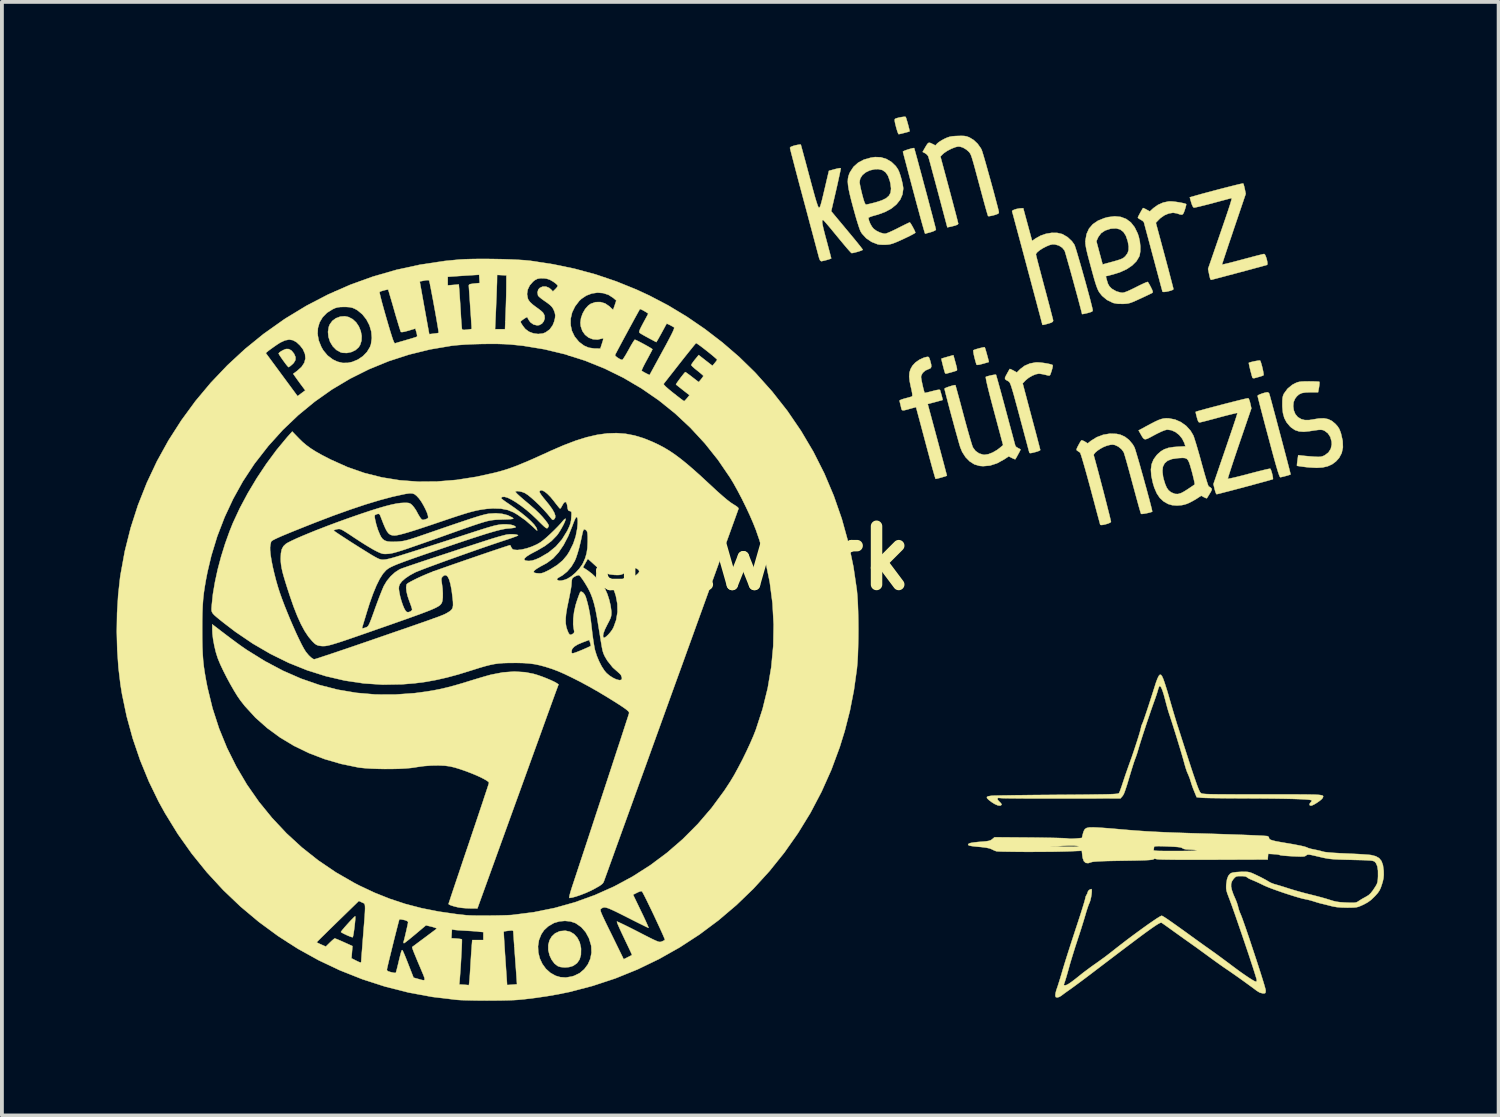
<source format=kicad_pcb>
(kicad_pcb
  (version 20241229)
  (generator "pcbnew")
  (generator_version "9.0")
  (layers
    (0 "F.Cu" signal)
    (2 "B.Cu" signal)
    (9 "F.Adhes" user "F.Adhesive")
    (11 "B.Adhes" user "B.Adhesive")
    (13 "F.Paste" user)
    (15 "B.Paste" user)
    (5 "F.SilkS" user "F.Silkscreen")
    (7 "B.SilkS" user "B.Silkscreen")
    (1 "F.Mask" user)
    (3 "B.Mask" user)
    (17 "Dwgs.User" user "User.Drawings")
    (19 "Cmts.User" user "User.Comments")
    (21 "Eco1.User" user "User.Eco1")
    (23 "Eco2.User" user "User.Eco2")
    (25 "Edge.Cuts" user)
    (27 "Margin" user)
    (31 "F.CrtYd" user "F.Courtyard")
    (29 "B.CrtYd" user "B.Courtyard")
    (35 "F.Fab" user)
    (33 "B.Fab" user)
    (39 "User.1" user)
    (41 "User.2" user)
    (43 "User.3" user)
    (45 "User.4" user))
  (footprint "artwork"
    (layer "F.Cu")
    (at 16.58 11.552)
    (property "Reference" "artwork" (at 0 0 0) (layer "F.SilkS") (effects (font (size 1.524 1.524) (thickness 0.3))))
    (attr through_hole)
    (fp_poly (pts (xy -12.072 -5.47) (xy -12.001 -5.428) (xy -11.938 -5.35) (xy -11.937 -5.349) (xy -11.899 -5.261) (xy -11.901 -5.183) (xy -11.944 -5.109) (xy -11.98 -5.072) (xy -12.03 -5.029) (xy -12.068 -5.002) (xy -12.081 -4.996) (xy -12.099 -5.013) (xy -12.136 -5.056) (xy -12.184 -5.12) (xy -12.218 -5.166) (xy -12.27 -5.24) (xy -12.311 -5.301) (xy -12.336 -5.343) (xy -12.34 -5.354) (xy -12.323 -5.378) (xy -12.279 -5.41) (xy -12.221 -5.442) (xy -12.162 -5.467) (xy -12.144 -5.472) (xy -12.072 -5.47)) (stroke (width 0.01) (type solid)) (fill yes) (layer "F.SilkS"))
    (fp_poly (pts (xy -10.515 -6.309) (xy -10.405 -6.253) (xy -10.313 -6.168) (xy -10.241 -6.06) (xy -10.192 -5.939) (xy -10.168 -5.813) (xy -10.173 -5.689) (xy -10.209 -5.576) (xy -10.247 -5.516) (xy -10.329 -5.443) (xy -10.436 -5.392) (xy -10.554 -5.367) (xy -10.669 -5.372) (xy -10.718 -5.385) (xy -10.831 -5.448) (xy -10.924 -5.542) (xy -10.994 -5.657) (xy -11.036 -5.786) (xy -11.049 -5.92) (xy -11.028 -6.051) (xy -11.004 -6.112) (xy -10.936 -6.207) (xy -10.841 -6.277) (xy -10.728 -6.319) (xy -10.608 -6.328) (xy -10.515 -6.309)) (stroke (width 0.01) (type solid)) (fill yes) (layer "F.SilkS"))
    (fp_poly (pts (xy -10.334 9.402) (xy -10.337 9.464) (xy -10.345 9.546) (xy -10.355 9.638) (xy -10.367 9.731) (xy -10.379 9.814) (xy -10.391 9.878) (xy -10.4 9.914) (xy -10.403 9.918) (xy -10.432 9.913) (xy -10.487 9.893) (xy -10.558 9.863) (xy -10.567 9.859) (xy -10.636 9.826) (xy -10.687 9.798) (xy -10.71 9.782) (xy -10.71 9.78) (xy -10.697 9.759) (xy -10.663 9.715) (xy -10.613 9.656) (xy -10.553 9.589) (xy -10.491 9.52) (xy -10.431 9.457) (xy -10.382 9.407) (xy -10.348 9.375) (xy -10.336 9.369) (xy -10.334 9.402)) (stroke (width 0.01) (type solid)) (fill yes) (layer "F.SilkS"))
    (fp_poly (pts (xy -4.716 9.774) (xy -4.611 9.836) (xy -4.526 9.93) (xy -4.464 10.051) (xy -4.431 10.196) (xy -4.429 10.226) (xy -4.432 10.377) (xy -4.467 10.499) (xy -4.533 10.595) (xy -4.631 10.664) (xy -4.644 10.67) (xy -4.742 10.699) (xy -4.853 10.708) (xy -4.96 10.698) (xy -5.034 10.675) (xy -5.122 10.609) (xy -5.199 10.505) (xy -5.251 10.394) (xy -5.286 10.254) (xy -5.286 10.12) (xy -5.254 9.998) (xy -5.192 9.894) (xy -5.103 9.813) (xy -4.989 9.762) (xy -4.971 9.758) (xy -4.837 9.747) (xy -4.716 9.774)) (stroke (width 0.01) (type solid)) (fill yes) (layer "F.SilkS"))
    (fp_poly (pts (xy 5.343 -5.2) (xy 5.374 -5.087) (xy 5.395 -5.007) (xy 5.406 -4.956) (xy 5.408 -4.926) (xy 5.404 -4.911) (xy 5.402 -4.91) (xy 5.377 -4.899) (xy 5.324 -4.882) (xy 5.257 -4.862) (xy 5.19 -4.844) (xy 5.137 -4.83) (xy 5.111 -4.826) (xy 5.095 -4.843) (xy 5.091 -4.852) (xy 5.073 -4.911) (xy 5.053 -4.985) (xy 5.033 -5.063) (xy 5.015 -5.135) (xy 5.003 -5.19) (xy 4.999 -5.217) (xy 4.999 -5.218) (xy 5.022 -5.227) (xy 5.074 -5.243) (xy 5.147 -5.264) (xy 5.159 -5.268) (xy 5.312 -5.31) (xy 5.343 -5.2)) (stroke (width 0.01) (type solid)) (fill yes) (layer "F.SilkS"))
    (fp_poly (pts (xy 4.057 -11.546) (xy 4.063 -11.543) (xy 4.075 -11.517) (xy 4.092 -11.462) (xy 4.113 -11.391) (xy 4.134 -11.315) (xy 4.152 -11.244) (xy 4.164 -11.191) (xy 4.166 -11.166) (xy 4.166 -11.165) (xy 4.143 -11.157) (xy 4.093 -11.142) (xy 4.028 -11.125) (xy 3.962 -11.108) (xy 3.908 -11.096) (xy 3.881 -11.091) (xy 3.868 -11.11) (xy 3.848 -11.162) (xy 3.825 -11.236) (xy 3.812 -11.284) (xy 3.788 -11.38) (xy 3.777 -11.443) (xy 3.778 -11.479) (xy 3.787 -11.493) (xy 3.829 -11.51) (xy 3.89 -11.526) (xy 3.958 -11.539) (xy 4.018 -11.547) (xy 4.057 -11.546)) (stroke (width 0.01) (type solid)) (fill yes) (layer "F.SilkS"))
    (fp_poly (pts (xy 6.132 -5.517) (xy 6.141 -5.494) (xy 6.158 -5.442) (xy 6.178 -5.372) (xy 6.199 -5.296) (xy 6.219 -5.223) (xy 6.233 -5.166) (xy 6.239 -5.134) (xy 6.239 -5.131) (xy 6.217 -5.124) (xy 6.166 -5.109) (xy 6.094 -5.088) (xy 6.079 -5.084) (xy 5.993 -5.062) (xy 5.942 -5.055) (xy 5.918 -5.062) (xy 5.916 -5.065) (xy 5.889 -5.155) (xy 5.865 -5.246) (xy 5.846 -5.329) (xy 5.835 -5.395) (xy 5.833 -5.433) (xy 5.835 -5.439) (xy 5.864 -5.452) (xy 5.918 -5.47) (xy 5.985 -5.489) (xy 6.051 -5.505) (xy 6.104 -5.516) (xy 6.131 -5.517) (xy 6.132 -5.517)) (stroke (width 0.01) (type solid)) (fill yes) (layer "F.SilkS"))
    (fp_poly (pts (xy 13.337 -5.169) (xy 13.337 -5.169) (xy 13.352 -5.138) (xy 13.37 -5.08) (xy 13.39 -5.007) (xy 13.408 -4.929) (xy 13.422 -4.858) (xy 13.429 -4.806) (xy 13.427 -4.785) (xy 13.397 -4.77) (xy 13.342 -4.752) (xy 13.314 -4.744) (xy 13.248 -4.725) (xy 13.195 -4.711) (xy 13.181 -4.707) (xy 13.146 -4.711) (xy 13.135 -4.724) (xy 13.119 -4.777) (xy 13.1 -4.849) (xy 13.079 -4.928) (xy 13.061 -5.004) (xy 13.048 -5.066) (xy 13.041 -5.104) (xy 13.041 -5.11) (xy 13.07 -5.121) (xy 13.125 -5.136) (xy 13.192 -5.151) (xy 13.259 -5.163) (xy 13.312 -5.17) (xy 13.337 -5.169)) (stroke (width 0.01) (type solid)) (fill yes) (layer "F.SilkS"))
    (fp_poly (pts (xy 4.286 -10.728) (xy 4.293 -10.706) (xy 4.309 -10.649) (xy 4.334 -10.559) (xy 4.366 -10.443) (xy 4.403 -10.305) (xy 4.445 -10.149) (xy 4.491 -9.98) (xy 4.538 -9.802) (xy 4.587 -9.621) (xy 4.635 -9.442) (xy 4.681 -9.267) (xy 4.724 -9.104) (xy 4.764 -8.955) (xy 4.797 -8.826) (xy 4.825 -8.721) (xy 4.844 -8.645) (xy 4.854 -8.603) (xy 4.856 -8.596) (xy 4.837 -8.574) (xy 4.78 -8.548) (xy 4.72 -8.528) (xy 4.649 -8.509) (xy 4.596 -8.494) (xy 4.572 -8.489) (xy 4.565 -8.508) (xy 4.548 -8.565) (xy 4.522 -8.655) (xy 4.488 -8.775) (xy 4.448 -8.92) (xy 4.403 -9.088) (xy 4.352 -9.273) (xy 4.299 -9.473) (xy 4.278 -9.551) (xy 4.223 -9.757) (xy 4.172 -9.949) (xy 4.125 -10.126) (xy 4.084 -10.283) (xy 4.049 -10.415) (xy 4.021 -10.52) (xy 4.002 -10.593) (xy 3.993 -10.631) (xy 3.992 -10.635) (xy 4.01 -10.648) (xy 4.056 -10.668) (xy 4.118 -10.689) (xy 4.185 -10.709) (xy 4.243 -10.724) (xy 4.28 -10.729) (xy 4.286 -10.728)) (stroke (width 0.01) (type solid)) (fill yes) (layer "F.SilkS"))
    (fp_poly (pts (xy 13.565 -4.322) (xy 13.576 -4.302) (xy 13.59 -4.254) (xy 13.612 -4.174) (xy 13.642 -4.065) (xy 13.677 -3.933) (xy 13.718 -3.781) (xy 13.762 -3.616) (xy 13.808 -3.441) (xy 13.856 -3.261) (xy 13.904 -3.081) (xy 13.95 -2.906) (xy 13.994 -2.739) (xy 14.034 -2.587) (xy 14.069 -2.452) (xy 14.098 -2.341) (xy 14.119 -2.257) (xy 14.132 -2.205) (xy 14.135 -2.19) (xy 14.11 -2.18) (xy 14.057 -2.163) (xy 13.992 -2.145) (xy 13.928 -2.129) (xy 13.88 -2.118) (xy 13.866 -2.117) (xy 13.856 -2.125) (xy 13.842 -2.152) (xy 13.824 -2.201) (xy 13.8 -2.273) (xy 13.77 -2.373) (xy 13.733 -2.501) (xy 13.688 -2.662) (xy 13.635 -2.858) (xy 13.573 -3.091) (xy 13.552 -3.17) (xy 13.497 -3.374) (xy 13.446 -3.566) (xy 13.4 -3.742) (xy 13.359 -3.898) (xy 13.325 -4.03) (xy 13.298 -4.135) (xy 13.28 -4.207) (xy 13.272 -4.244) (xy 13.271 -4.248) (xy 13.29 -4.265) (xy 13.337 -4.287) (xy 13.4 -4.31) (xy 13.465 -4.329) (xy 13.52 -4.339) (xy 13.533 -4.339) (xy 13.565 -4.322)) (stroke (width 0.01) (type solid)) (fill yes) (layer "F.SilkS"))
    (fp_poly (pts (xy 11.055 -9.33) (xy 11.135 -9.321) (xy 11.222 -9.307) (xy 11.303 -9.292) (xy 11.366 -9.277) (xy 11.401 -9.264) (xy 11.403 -9.262) (xy 11.402 -9.239) (xy 11.389 -9.187) (xy 11.368 -9.117) (xy 11.367 -9.114) (xy 11.34 -9.039) (xy 11.315 -8.997) (xy 11.282 -8.985) (xy 11.228 -8.996) (xy 11.159 -9.02) (xy 11.06 -9.036) (xy 10.949 -9.018) (xy 10.836 -8.971) (xy 10.73 -8.897) (xy 10.686 -8.855) (xy 10.609 -8.774) (xy 10.84 -7.916) (xy 10.889 -7.733) (xy 10.935 -7.561) (xy 10.975 -7.407) (xy 11.01 -7.273) (xy 11.038 -7.166) (xy 11.058 -7.088) (xy 11.069 -7.044) (xy 11.07 -7.037) (xy 11.052 -7.019) (xy 11.004 -7) (xy 10.941 -6.983) (xy 10.876 -6.97) (xy 10.82 -6.964) (xy 10.787 -6.968) (xy 10.784 -6.972) (xy 10.776 -6.997) (xy 10.76 -7.058) (xy 10.734 -7.152) (xy 10.702 -7.274) (xy 10.663 -7.419) (xy 10.619 -7.583) (xy 10.571 -7.763) (xy 10.541 -7.874) (xy 10.491 -8.061) (xy 10.445 -8.235) (xy 10.402 -8.393) (xy 10.365 -8.531) (xy 10.335 -8.643) (xy 10.313 -8.726) (xy 10.3 -8.775) (xy 10.297 -8.786) (xy 10.272 -8.816) (xy 10.224 -8.848) (xy 10.213 -8.854) (xy 10.165 -8.882) (xy 10.14 -8.905) (xy 10.139 -8.91) (xy 10.148 -8.935) (xy 10.173 -8.983) (xy 10.205 -9.043) (xy 10.238 -9.101) (xy 10.264 -9.145) (xy 10.275 -9.16) (xy 10.295 -9.154) (xy 10.339 -9.133) (xy 10.366 -9.118) (xy 10.452 -9.071) (xy 10.546 -9.158) (xy 10.663 -9.241) (xy 10.8 -9.302) (xy 10.942 -9.332) (xy 10.992 -9.334) (xy 11.055 -9.33)) (stroke (width 0.01) (type solid)) (fill yes) (layer "F.SilkS"))
    (fp_poly (pts (xy 7.583 -5.117) (xy 7.669 -5.107) (xy 7.757 -5.093) (xy 7.834 -5.077) (xy 7.89 -5.061) (xy 7.91 -5.051) (xy 7.912 -5.024) (xy 7.901 -4.968) (xy 7.88 -4.893) (xy 7.852 -4.813) (xy 7.839 -4.787) (xy 7.821 -4.776) (xy 7.784 -4.78) (xy 7.722 -4.796) (xy 7.645 -4.813) (xy 7.574 -4.824) (xy 7.546 -4.826) (xy 7.468 -4.811) (xy 7.375 -4.773) (xy 7.283 -4.719) (xy 7.205 -4.656) (xy 7.198 -4.649) (xy 7.125 -4.572) (xy 7.354 -3.709) (xy 7.403 -3.525) (xy 7.449 -3.354) (xy 7.49 -3.199) (xy 7.525 -3.065) (xy 7.553 -2.957) (xy 7.573 -2.879) (xy 7.584 -2.836) (xy 7.586 -2.828) (xy 7.568 -2.814) (xy 7.52 -2.794) (xy 7.45 -2.773) (xy 7.447 -2.773) (xy 7.372 -2.754) (xy 7.329 -2.747) (xy 7.307 -2.751) (xy 7.298 -2.767) (xy 7.297 -2.77) (xy 7.29 -2.797) (xy 7.272 -2.861) (xy 7.247 -2.957) (xy 7.214 -3.081) (xy 7.174 -3.228) (xy 7.13 -3.394) (xy 7.081 -3.575) (xy 7.048 -3.7) (xy 6.99 -3.916) (xy 6.941 -4.095) (xy 6.902 -4.24) (xy 6.869 -4.355) (xy 6.842 -4.444) (xy 6.821 -4.51) (xy 6.803 -4.557) (xy 6.788 -4.589) (xy 6.774 -4.609) (xy 6.76 -4.621) (xy 6.754 -4.626) (xy 6.695 -4.659) (xy 6.665 -4.685) (xy 6.662 -4.717) (xy 6.684 -4.767) (xy 6.712 -4.818) (xy 6.747 -4.882) (xy 6.774 -4.929) (xy 6.786 -4.95) (xy 6.806 -4.945) (xy 6.851 -4.924) (xy 6.883 -4.908) (xy 6.973 -4.858) (xy 7.06 -4.945) (xy 7.175 -5.032) (xy 7.314 -5.092) (xy 7.464 -5.12) (xy 7.51 -5.122) (xy 7.583 -5.117)) (stroke (width 0.01) (type solid)) (fill yes) (layer "F.SilkS"))
    (fp_poly (pts (xy 12.906 -9.776) (xy 12.921 -9.721) (xy 12.935 -9.66) (xy 12.961 -9.531) (xy 12.65 -8.613) (xy 12.587 -8.424) (xy 12.527 -8.249) (xy 12.474 -8.09) (xy 12.428 -7.951) (xy 12.39 -7.837) (xy 12.362 -7.751) (xy 12.344 -7.698) (xy 12.34 -7.681) (xy 12.359 -7.683) (xy 12.414 -7.695) (xy 12.5 -7.715) (xy 12.61 -7.743) (xy 12.739 -7.777) (xy 12.875 -7.813) (xy 13.02 -7.852) (xy 13.152 -7.887) (xy 13.267 -7.917) (xy 13.357 -7.939) (xy 13.418 -7.954) (xy 13.442 -7.958) (xy 13.464 -7.94) (xy 13.486 -7.893) (xy 13.507 -7.831) (xy 13.522 -7.766) (xy 13.529 -7.71) (xy 13.523 -7.676) (xy 13.518 -7.672) (xy 13.491 -7.664) (xy 13.429 -7.647) (xy 13.339 -7.622) (xy 13.226 -7.592) (xy 13.095 -7.556) (xy 12.952 -7.518) (xy 12.803 -7.478) (xy 12.653 -7.438) (xy 12.509 -7.4) (xy 12.375 -7.364) (xy 12.258 -7.333) (xy 12.162 -7.308) (xy 12.095 -7.29) (xy 12.06 -7.282) (xy 12.057 -7.281) (xy 12.037 -7.296) (xy 12.036 -7.297) (xy 12.027 -7.325) (xy 12.013 -7.382) (xy 12.001 -7.44) (xy 11.975 -7.567) (xy 12.285 -8.466) (xy 12.362 -8.69) (xy 12.426 -8.877) (xy 12.478 -9.03) (xy 12.519 -9.153) (xy 12.55 -9.248) (xy 12.571 -9.319) (xy 12.585 -9.368) (xy 12.592 -9.399) (xy 12.592 -9.415) (xy 12.589 -9.419) (xy 12.567 -9.414) (xy 12.511 -9.399) (xy 12.426 -9.376) (xy 12.316 -9.347) (xy 12.189 -9.313) (xy 12.108 -9.291) (xy 11.972 -9.255) (xy 11.848 -9.224) (xy 11.743 -9.198) (xy 11.663 -9.18) (xy 11.614 -9.17) (xy 11.602 -9.17) (xy 11.58 -9.193) (xy 11.554 -9.247) (xy 11.534 -9.308) (xy 11.497 -9.44) (xy 11.575 -9.462) (xy 11.685 -9.494) (xy 11.814 -9.53) (xy 11.956 -9.568) (xy 12.106 -9.608) (xy 12.257 -9.648) (xy 12.404 -9.686) (xy 12.542 -9.721) (xy 12.665 -9.752) (xy 12.767 -9.777) (xy 12.842 -9.794) (xy 12.886 -9.802) (xy 12.894 -9.803) (xy 12.906 -9.776)) (stroke (width 0.01) (type solid)) (fill yes) (layer "F.SilkS"))
    (fp_poly (pts (xy 13.045 -4.159) (xy 13.065 -4.105) (xy 13.08 -4.046) (xy 13.108 -3.918) (xy 12.796 -3.007) (xy 12.732 -2.819) (xy 12.673 -2.644) (xy 12.62 -2.485) (xy 12.575 -2.347) (xy 12.538 -2.233) (xy 12.511 -2.147) (xy 12.495 -2.094) (xy 12.492 -2.078) (xy 12.513 -2.078) (xy 12.57 -2.089) (xy 12.657 -2.108) (xy 12.768 -2.135) (xy 12.899 -2.168) (xy 13.039 -2.205) (xy 13.184 -2.243) (xy 13.316 -2.277) (xy 13.429 -2.305) (xy 13.519 -2.326) (xy 13.578 -2.338) (xy 13.602 -2.341) (xy 13.616 -2.318) (xy 13.634 -2.268) (xy 13.652 -2.204) (xy 13.666 -2.139) (xy 13.674 -2.089) (xy 13.671 -2.065) (xy 13.65 -2.058) (xy 13.592 -2.042) (xy 13.506 -2.017) (xy 13.395 -1.987) (xy 13.266 -1.952) (xy 13.124 -1.913) (xy 12.975 -1.873) (xy 12.824 -1.833) (xy 12.678 -1.794) (xy 12.541 -1.758) (xy 12.42 -1.727) (xy 12.32 -1.701) (xy 12.247 -1.683) (xy 12.206 -1.673) (xy 12.2 -1.672) (xy 12.184 -1.691) (xy 12.165 -1.741) (xy 12.147 -1.804) (xy 12.116 -1.937) (xy 12.293 -2.455) (xy 12.385 -2.722) (xy 12.463 -2.95) (xy 12.529 -3.145) (xy 12.585 -3.308) (xy 12.63 -3.441) (xy 12.666 -3.549) (xy 12.694 -3.633) (xy 12.714 -3.696) (xy 12.728 -3.741) (xy 12.737 -3.771) (xy 12.741 -3.789) (xy 12.741 -3.797) (xy 12.74 -3.798) (xy 12.718 -3.796) (xy 12.661 -3.783) (xy 12.575 -3.762) (xy 12.465 -3.735) (xy 12.339 -3.702) (xy 12.268 -3.683) (xy 12.133 -3.646) (xy 12.009 -3.614) (xy 11.904 -3.586) (xy 11.823 -3.566) (xy 11.774 -3.554) (xy 11.763 -3.552) (xy 11.738 -3.554) (xy 11.719 -3.576) (xy 11.699 -3.625) (xy 11.683 -3.683) (xy 11.665 -3.753) (xy 11.653 -3.805) (xy 11.651 -3.827) (xy 11.651 -3.827) (xy 11.675 -3.836) (xy 11.734 -3.854) (xy 11.822 -3.878) (xy 11.933 -3.909) (xy 12.062 -3.943) (xy 12.202 -3.98) (xy 12.347 -4.018) (xy 12.492 -4.056) (xy 12.631 -4.091) (xy 12.758 -4.123) (xy 12.867 -4.15) (xy 12.952 -4.17) (xy 13.007 -4.181) (xy 13.027 -4.184) (xy 13.045 -4.159)) (stroke (width 0.01) (type solid)) (fill yes) (layer "F.SilkS"))
    (fp_poly (pts (xy 6.427 -4.799) (xy 6.434 -4.777) (xy 6.451 -4.718) (xy 6.477 -4.627) (xy 6.51 -4.507) (xy 6.55 -4.363) (xy 6.594 -4.2) (xy 6.643 -4.02) (xy 6.68 -3.881) (xy 6.731 -3.691) (xy 6.778 -3.514) (xy 6.822 -3.352) (xy 6.86 -3.211) (xy 6.891 -3.095) (xy 6.914 -3.008) (xy 6.929 -2.954) (xy 6.933 -2.939) (xy 6.959 -2.907) (xy 7.007 -2.879) (xy 7.007 -2.878) (xy 7.05 -2.857) (xy 7.07 -2.841) (xy 7.07 -2.841) (xy 7.06 -2.819) (xy 7.037 -2.773) (xy 7.005 -2.714) (xy 6.973 -2.655) (xy 6.946 -2.609) (xy 6.932 -2.586) (xy 6.911 -2.591) (xy 6.866 -2.61) (xy 6.843 -2.621) (xy 6.761 -2.663) (xy 6.638 -2.582) (xy 6.453 -2.481) (xy 6.27 -2.422) (xy 6.089 -2.406) (xy 5.997 -2.414) (xy 5.862 -2.453) (xy 5.739 -2.531) (xy 5.631 -2.641) (xy 5.543 -2.778) (xy 5.493 -2.899) (xy 5.476 -2.955) (xy 5.451 -3.041) (xy 5.42 -3.153) (xy 5.383 -3.284) (xy 5.343 -3.429) (xy 5.302 -3.582) (xy 5.259 -3.738) (xy 5.218 -3.891) (xy 5.18 -4.036) (xy 5.146 -4.167) (xy 5.117 -4.277) (xy 5.096 -4.362) (xy 5.083 -4.416) (xy 5.08 -4.433) (xy 5.098 -4.448) (xy 5.145 -4.468) (xy 5.208 -4.49) (xy 5.273 -4.51) (xy 5.329 -4.524) (xy 5.362 -4.527) (xy 5.366 -4.526) (xy 5.372 -4.504) (xy 5.388 -4.447) (xy 5.413 -4.357) (xy 5.445 -4.24) (xy 5.483 -4.101) (xy 5.525 -3.942) (xy 5.571 -3.77) (xy 5.577 -3.747) (xy 5.625 -3.569) (xy 5.671 -3.402) (xy 5.714 -3.25) (xy 5.752 -3.118) (xy 5.784 -3.012) (xy 5.808 -2.936) (xy 5.823 -2.896) (xy 5.824 -2.895) (xy 5.891 -2.805) (xy 5.984 -2.74) (xy 6.09 -2.707) (xy 6.125 -2.704) (xy 6.226 -2.719) (xy 6.34 -2.763) (xy 6.457 -2.831) (xy 6.529 -2.886) (xy 6.613 -2.957) (xy 6.376 -3.843) (xy 6.31 -4.09) (xy 6.256 -4.298) (xy 6.214 -4.466) (xy 6.184 -4.595) (xy 6.166 -4.684) (xy 6.159 -4.733) (xy 6.161 -4.743) (xy 6.196 -4.756) (xy 6.253 -4.771) (xy 6.318 -4.786) (xy 6.378 -4.797) (xy 6.418 -4.8) (xy 6.427 -4.799)) (stroke (width 0.01) (type solid)) (fill yes) (layer "F.SilkS"))
    (fp_poly (pts (xy 14.719 -4.624) (xy 14.803 -4.621) (xy 14.863 -4.618) (xy 14.888 -4.613) (xy 14.889 -4.613) (xy 14.891 -4.587) (xy 14.887 -4.533) (xy 14.878 -4.47) (xy 14.854 -4.339) (xy 14.648 -4.339) (xy 14.522 -4.334) (xy 14.428 -4.318) (xy 14.355 -4.284) (xy 14.296 -4.231) (xy 14.251 -4.171) (xy 14.213 -4.082) (xy 14.203 -3.976) (xy 14.218 -3.868) (xy 14.257 -3.77) (xy 14.318 -3.696) (xy 14.327 -3.688) (xy 14.415 -3.636) (xy 14.508 -3.612) (xy 14.617 -3.612) (xy 14.716 -3.628) (xy 14.876 -3.654) (xy 15.007 -3.658) (xy 15.116 -3.637) (xy 15.212 -3.591) (xy 15.301 -3.518) (xy 15.307 -3.512) (xy 15.367 -3.445) (xy 15.41 -3.376) (xy 15.444 -3.289) (xy 15.454 -3.257) (xy 15.497 -3.068) (xy 15.503 -2.899) (xy 15.472 -2.751) (xy 15.404 -2.622) (xy 15.321 -2.53) (xy 15.22 -2.455) (xy 15.107 -2.404) (xy 14.974 -2.373) (xy 14.817 -2.363) (xy 14.629 -2.373) (xy 14.545 -2.381) (xy 14.45 -2.393) (xy 14.371 -2.404) (xy 14.319 -2.412) (xy 14.301 -2.417) (xy 14.301 -2.439) (xy 14.306 -2.492) (xy 14.315 -2.559) (xy 14.334 -2.694) (xy 14.454 -2.68) (xy 14.534 -2.672) (xy 14.637 -2.663) (xy 14.741 -2.655) (xy 14.753 -2.654) (xy 14.846 -2.65) (xy 14.91 -2.651) (xy 14.96 -2.662) (xy 15.01 -2.682) (xy 15.028 -2.692) (xy 15.123 -2.763) (xy 15.185 -2.858) (xy 15.211 -2.971) (xy 15.208 -3.047) (xy 15.174 -3.169) (xy 15.111 -3.266) (xy 15.028 -3.329) (xy 14.993 -3.346) (xy 14.959 -3.355) (xy 14.917 -3.358) (xy 14.859 -3.355) (xy 14.778 -3.344) (xy 14.664 -3.327) (xy 14.634 -3.322) (xy 14.481 -3.306) (xy 14.356 -3.315) (xy 14.251 -3.35) (xy 14.156 -3.413) (xy 14.118 -3.448) (xy 14.03 -3.552) (xy 13.97 -3.666) (xy 13.934 -3.798) (xy 13.919 -3.958) (xy 13.918 -4.011) (xy 13.919 -4.116) (xy 13.924 -4.19) (xy 13.936 -4.245) (xy 13.955 -4.293) (xy 13.963 -4.307) (xy 14.054 -4.432) (xy 14.176 -4.533) (xy 14.256 -4.576) (xy 14.307 -4.598) (xy 14.359 -4.612) (xy 14.421 -4.62) (xy 14.504 -4.624) (xy 14.618 -4.625) (xy 14.619 -4.625) (xy 14.719 -4.624)) (stroke (width 0.01) (type solid)) (fill yes) (layer "F.SilkS"))
    (fp_poly (pts (xy 4.668 -5.259) (xy 4.685 -5.228) (xy 4.705 -5.167) (xy 4.709 -5.154) (xy 4.731 -5.066) (xy 4.735 -5.009) (xy 4.719 -4.973) (xy 4.68 -4.951) (xy 4.66 -4.945) (xy 4.575 -4.906) (xy 4.509 -4.846) (xy 4.472 -4.776) (xy 4.466 -4.74) (xy 4.471 -4.698) (xy 4.483 -4.631) (xy 4.5 -4.55) (xy 4.519 -4.467) (xy 4.538 -4.393) (xy 4.553 -4.341) (xy 4.561 -4.323) (xy 4.582 -4.326) (xy 4.635 -4.337) (xy 4.71 -4.356) (xy 4.761 -4.369) (xy 4.859 -4.394) (xy 4.923 -4.405) (xy 4.956 -4.403) (xy 4.964 -4.396) (xy 4.981 -4.339) (xy 5 -4.272) (xy 5.017 -4.208) (xy 5.029 -4.159) (xy 5.032 -4.138) (xy 5.032 -4.138) (xy 5.011 -4.131) (xy 4.958 -4.117) (xy 4.882 -4.096) (xy 4.834 -4.083) (xy 4.641 -4.032) (xy 4.892 -3.101) (xy 4.943 -2.91) (xy 4.991 -2.731) (xy 5.034 -2.57) (xy 5.072 -2.429) (xy 5.102 -2.313) (xy 5.125 -2.227) (xy 5.139 -2.174) (xy 5.143 -2.158) (xy 5.125 -2.149) (xy 5.078 -2.134) (xy 5.015 -2.115) (xy 4.948 -2.096) (xy 4.889 -2.082) (xy 4.852 -2.074) (xy 4.847 -2.074) (xy 4.839 -2.094) (xy 4.822 -2.149) (xy 4.797 -2.235) (xy 4.765 -2.347) (xy 4.729 -2.479) (xy 4.689 -2.626) (xy 4.683 -2.651) (xy 4.636 -2.825) (xy 4.587 -3.008) (xy 4.539 -3.189) (xy 4.494 -3.358) (xy 4.455 -3.504) (xy 4.432 -3.59) (xy 4.335 -3.951) (xy 4.205 -3.916) (xy 4.103 -3.887) (xy 4.034 -3.87) (xy 3.991 -3.866) (xy 3.967 -3.876) (xy 3.954 -3.902) (xy 3.944 -3.946) (xy 3.938 -3.974) (xy 3.921 -4.044) (xy 3.908 -4.097) (xy 3.902 -4.118) (xy 3.917 -4.133) (xy 3.964 -4.153) (xy 4.034 -4.175) (xy 4.051 -4.179) (xy 4.13 -4.2) (xy 4.194 -4.218) (xy 4.23 -4.231) (xy 4.232 -4.233) (xy 4.24 -4.257) (xy 4.234 -4.316) (xy 4.216 -4.41) (xy 4.2 -4.477) (xy 4.169 -4.628) (xy 4.156 -4.75) (xy 4.163 -4.852) (xy 4.19 -4.942) (xy 4.238 -5.028) (xy 4.24 -5.032) (xy 4.318 -5.117) (xy 4.423 -5.191) (xy 4.541 -5.245) (xy 4.607 -5.262) (xy 4.645 -5.267) (xy 4.668 -5.259)) (stroke (width 0.01) (type solid)) (fill yes) (layer "F.SilkS"))
    (fp_poly (pts (xy 5.595 -11.045) (xy 5.654 -11.035) (xy 5.711 -11.015) (xy 5.733 -11.006) (xy 5.843 -10.939) (xy 5.946 -10.842) (xy 6.03 -10.724) (xy 6.052 -10.682) (xy 6.064 -10.647) (xy 6.086 -10.577) (xy 6.116 -10.477) (xy 6.152 -10.353) (xy 6.192 -10.211) (xy 6.235 -10.057) (xy 6.28 -9.896) (xy 6.325 -9.733) (xy 6.368 -9.576) (xy 6.407 -9.428) (xy 6.442 -9.296) (xy 6.471 -9.186) (xy 6.491 -9.104) (xy 6.502 -9.054) (xy 6.502 -9.051) (xy 6.499 -9.027) (xy 6.473 -9.007) (xy 6.419 -8.986) (xy 6.372 -8.972) (xy 6.301 -8.955) (xy 6.246 -8.946) (xy 6.221 -8.949) (xy 6.212 -8.972) (xy 6.194 -9.032) (xy 6.168 -9.122) (xy 6.135 -9.239) (xy 6.097 -9.378) (xy 6.055 -9.533) (xy 6.023 -9.652) (xy 5.965 -9.868) (xy 5.917 -10.046) (xy 5.878 -10.192) (xy 5.846 -10.308) (xy 5.82 -10.398) (xy 5.799 -10.467) (xy 5.782 -10.518) (xy 5.767 -10.555) (xy 5.754 -10.582) (xy 5.74 -10.603) (xy 5.726 -10.621) (xy 5.712 -10.636) (xy 5.651 -10.689) (xy 5.576 -10.734) (xy 5.555 -10.744) (xy 5.487 -10.765) (xy 5.433 -10.768) (xy 5.37 -10.754) (xy 5.263 -10.713) (xy 5.156 -10.658) (xy 5.067 -10.598) (xy 5.029 -10.564) (xy 4.974 -10.507) (xy 5.207 -9.64) (xy 5.256 -9.455) (xy 5.302 -9.283) (xy 5.343 -9.127) (xy 5.379 -8.992) (xy 5.407 -8.882) (xy 5.427 -8.803) (xy 5.438 -8.757) (xy 5.44 -8.748) (xy 5.419 -8.725) (xy 5.358 -8.701) (xy 5.26 -8.676) (xy 5.216 -8.667) (xy 5.154 -8.654) (xy 4.913 -9.561) (xy 4.862 -9.751) (xy 4.814 -9.93) (xy 4.77 -10.092) (xy 4.732 -10.235) (xy 4.7 -10.353) (xy 4.675 -10.442) (xy 4.659 -10.497) (xy 4.654 -10.514) (xy 4.624 -10.555) (xy 4.575 -10.593) (xy 4.572 -10.594) (xy 4.508 -10.627) (xy 4.564 -10.727) (xy 4.61 -10.804) (xy 4.643 -10.85) (xy 4.672 -10.868) (xy 4.707 -10.863) (xy 4.754 -10.842) (xy 4.757 -10.84) (xy 4.842 -10.797) (xy 4.891 -10.85) (xy 4.936 -10.886) (xy 5.004 -10.93) (xy 5.078 -10.97) (xy 5.151 -11.003) (xy 5.215 -11.024) (xy 5.287 -11.037) (xy 5.381 -11.044) (xy 5.418 -11.045) (xy 5.521 -11.048) (xy 5.595 -11.045)) (stroke (width 0.01) (type solid)) (fill yes) (layer "F.SilkS"))
    (fp_poly (pts (xy 7.372 -8.299) (xy 7.459 -8.361) (xy 7.59 -8.435) (xy 7.736 -8.486) (xy 7.887 -8.511) (xy 8.031 -8.509) (xy 8.158 -8.479) (xy 8.172 -8.473) (xy 8.301 -8.397) (xy 8.411 -8.294) (xy 8.476 -8.204) (xy 8.49 -8.17) (xy 8.513 -8.101) (xy 8.544 -8.001) (xy 8.58 -7.878) (xy 8.622 -7.735) (xy 8.667 -7.578) (xy 8.713 -7.414) (xy 8.76 -7.248) (xy 8.805 -7.084) (xy 8.847 -6.929) (xy 8.885 -6.788) (xy 8.916 -6.666) (xy 8.94 -6.569) (xy 8.955 -6.503) (xy 8.957 -6.489) (xy 8.955 -6.466) (xy 8.932 -6.447) (xy 8.881 -6.429) (xy 8.821 -6.412) (xy 8.751 -6.396) (xy 8.7 -6.386) (xy 8.678 -6.385) (xy 8.678 -6.385) (xy 8.673 -6.412) (xy 8.657 -6.475) (xy 8.633 -6.567) (xy 8.602 -6.684) (xy 8.566 -6.82) (xy 8.525 -6.97) (xy 8.482 -7.128) (xy 8.438 -7.289) (xy 8.394 -7.448) (xy 8.352 -7.599) (xy 8.313 -7.736) (xy 8.279 -7.855) (xy 8.252 -7.95) (xy 8.232 -8.016) (xy 8.222 -8.046) (xy 8.221 -8.047) (xy 8.161 -8.122) (xy 8.073 -8.178) (xy 7.971 -8.207) (xy 7.969 -8.208) (xy 7.904 -8.209) (xy 7.837 -8.194) (xy 7.754 -8.16) (xy 7.743 -8.155) (xy 7.647 -8.105) (xy 7.565 -8.052) (xy 7.505 -8.002) (xy 7.474 -7.96) (xy 7.472 -7.948) (xy 7.477 -7.922) (xy 7.492 -7.86) (xy 7.516 -7.766) (xy 7.548 -7.644) (xy 7.586 -7.5) (xy 7.629 -7.337) (xy 7.676 -7.16) (xy 7.695 -7.088) (xy 7.744 -6.906) (xy 7.789 -6.736) (xy 7.83 -6.582) (xy 7.864 -6.449) (xy 7.892 -6.342) (xy 7.912 -6.264) (xy 7.922 -6.222) (xy 7.923 -6.215) (xy 7.913 -6.185) (xy 7.873 -6.161) (xy 7.838 -6.149) (xy 7.737 -6.12) (xy 7.674 -6.104) (xy 7.644 -6.102) (xy 7.641 -6.105) (xy 7.636 -6.126) (xy 7.621 -6.185) (xy 7.597 -6.276) (xy 7.565 -6.397) (xy 7.526 -6.542) (xy 7.482 -6.709) (xy 7.433 -6.893) (xy 7.38 -7.09) (xy 7.325 -7.297) (xy 7.268 -7.509) (xy 7.211 -7.723) (xy 7.155 -7.934) (xy 7.1 -8.139) (xy 7.048 -8.333) (xy 6.999 -8.514) (xy 6.956 -8.675) (xy 6.918 -8.815) (xy 6.888 -8.929) (xy 6.865 -9.013) (xy 6.851 -9.062) (xy 6.848 -9.075) (xy 6.86 -9.095) (xy 6.904 -9.116) (xy 6.968 -9.136) (xy 7.041 -9.149) (xy 7.078 -9.152) (xy 7.14 -9.155) (xy 7.372 -8.299)) (stroke (width 0.01) (type solid)) (fill yes) (layer "F.SilkS"))
    (fp_poly (pts (xy 9.581 -3.251) (xy 9.682 -3.229) (xy 9.801 -3.175) (xy 9.912 -3.088) (xy 10.005 -2.976) (xy 10.049 -2.9) (xy 10.062 -2.864) (xy 10.084 -2.795) (xy 10.113 -2.698) (xy 10.149 -2.577) (xy 10.189 -2.439) (xy 10.231 -2.287) (xy 10.276 -2.129) (xy 10.32 -1.968) (xy 10.364 -1.81) (xy 10.404 -1.66) (xy 10.441 -1.524) (xy 10.471 -1.406) (xy 10.495 -1.313) (xy 10.51 -1.248) (xy 10.515 -1.218) (xy 10.515 -1.216) (xy 10.487 -1.204) (xy 10.433 -1.189) (xy 10.366 -1.174) (xy 10.3 -1.162) (xy 10.248 -1.156) (xy 10.223 -1.158) (xy 10.214 -1.181) (xy 10.196 -1.241) (xy 10.169 -1.333) (xy 10.136 -1.452) (xy 10.097 -1.594) (xy 10.054 -1.753) (xy 10.007 -1.926) (xy 10.001 -1.947) (xy 9.954 -2.123) (xy 9.909 -2.288) (xy 9.868 -2.437) (xy 9.832 -2.565) (xy 9.802 -2.667) (xy 9.78 -2.739) (xy 9.767 -2.774) (xy 9.767 -2.776) (xy 9.709 -2.852) (xy 9.626 -2.919) (xy 9.536 -2.961) (xy 9.533 -2.961) (xy 9.477 -2.97) (xy 9.414 -2.964) (xy 9.328 -2.942) (xy 9.325 -2.941) (xy 9.241 -2.908) (xy 9.158 -2.863) (xy 9.083 -2.813) (xy 9.023 -2.762) (xy 8.989 -2.718) (xy 8.984 -2.691) (xy 9.005 -2.616) (xy 9.033 -2.513) (xy 9.067 -2.388) (xy 9.106 -2.244) (xy 9.147 -2.087) (xy 9.19 -1.923) (xy 9.234 -1.757) (xy 9.276 -1.593) (xy 9.316 -1.437) (xy 9.352 -1.294) (xy 9.384 -1.169) (xy 9.409 -1.067) (xy 9.426 -0.994) (xy 9.435 -0.954) (xy 9.435 -0.948) (xy 9.412 -0.928) (xy 9.362 -0.906) (xy 9.299 -0.887) (xy 9.235 -0.872) (xy 9.183 -0.866) (xy 9.156 -0.872) (xy 9.154 -0.874) (xy 9.147 -0.9) (xy 9.131 -0.961) (xy 9.105 -1.056) (xy 9.072 -1.178) (xy 9.033 -1.324) (xy 8.989 -1.491) (xy 8.94 -1.672) (xy 8.901 -1.82) (xy 8.849 -2.011) (xy 8.8 -2.189) (xy 8.755 -2.351) (xy 8.714 -2.492) (xy 8.68 -2.608) (xy 8.653 -2.694) (xy 8.634 -2.747) (xy 8.626 -2.762) (xy 8.584 -2.791) (xy 8.558 -2.808) (xy 8.539 -2.823) (xy 8.534 -2.844) (xy 8.546 -2.879) (xy 8.576 -2.94) (xy 8.583 -2.952) (xy 8.618 -3.016) (xy 8.647 -3.064) (xy 8.663 -3.083) (xy 8.689 -3.079) (xy 8.736 -3.058) (xy 8.753 -3.048) (xy 8.827 -3.002) (xy 8.909 -3.068) (xy 9.061 -3.163) (xy 9.23 -3.227) (xy 9.406 -3.257) (xy 9.581 -3.251)) (stroke (width 0.01) (type solid)) (fill yes) (layer "F.SilkS"))
    (fp_poly (pts (xy 1.32 -10.819) (xy 1.32 -10.819) (xy 1.327 -10.796) (xy 1.343 -10.737) (xy 1.368 -10.646) (xy 1.4 -10.527) (xy 1.439 -10.385) (xy 1.482 -10.224) (xy 1.529 -10.048) (xy 1.546 -9.985) (xy 1.603 -9.771) (xy 1.651 -9.596) (xy 1.69 -9.455) (xy 1.722 -9.347) (xy 1.748 -9.267) (xy 1.767 -9.213) (xy 1.782 -9.182) (xy 1.794 -9.17) (xy 1.796 -9.17) (xy 1.807 -9.174) (xy 1.817 -9.184) (xy 1.828 -9.205) (xy 1.84 -9.241) (xy 1.856 -9.296) (xy 1.877 -9.376) (xy 1.903 -9.483) (xy 1.936 -9.623) (xy 1.978 -9.8) (xy 1.978 -9.803) (xy 2.056 -10.133) (xy 2.208 -10.175) (xy 2.282 -10.193) (xy 2.338 -10.203) (xy 2.365 -10.202) (xy 2.366 -10.201) (xy 2.363 -10.177) (xy 2.352 -10.118) (xy 2.333 -10.028) (xy 2.308 -9.914) (xy 2.279 -9.78) (xy 2.245 -9.633) (xy 2.245 -9.631) (xy 2.116 -9.076) (xy 2.529 -8.581) (xy 2.632 -8.457) (xy 2.726 -8.344) (xy 2.807 -8.244) (xy 2.872 -8.163) (xy 2.917 -8.104) (xy 2.94 -8.072) (xy 2.942 -8.068) (xy 2.924 -8.055) (xy 2.876 -8.037) (xy 2.812 -8.016) (xy 2.744 -7.998) (xy 2.685 -7.984) (xy 2.649 -7.98) (xy 2.631 -7.996) (xy 2.59 -8.04) (xy 2.529 -8.109) (xy 2.454 -8.198) (xy 2.367 -8.302) (xy 2.275 -8.414) (xy 2.18 -8.529) (xy 2.094 -8.634) (xy 2.019 -8.722) (xy 1.96 -8.79) (xy 1.92 -8.833) (xy 1.904 -8.848) (xy 1.888 -8.843) (xy 1.88 -8.825) (xy 1.88 -8.79) (xy 1.888 -8.734) (xy 1.905 -8.652) (xy 1.933 -8.539) (xy 1.971 -8.392) (xy 1.989 -8.328) (xy 2.025 -8.192) (xy 2.057 -8.071) (xy 2.084 -7.97) (xy 2.103 -7.894) (xy 2.115 -7.851) (xy 2.117 -7.842) (xy 2.098 -7.832) (xy 2.052 -7.816) (xy 1.991 -7.798) (xy 1.928 -7.782) (xy 1.877 -7.771) (xy 1.855 -7.768) (xy 1.826 -7.788) (xy 1.803 -7.842) (xy 1.801 -7.848) (xy 1.792 -7.881) (xy 1.773 -7.952) (xy 1.745 -8.057) (xy 1.709 -8.192) (xy 1.666 -8.353) (xy 1.617 -8.537) (xy 1.562 -8.741) (xy 1.504 -8.961) (xy 1.442 -9.193) (xy 1.409 -9.315) (xy 1.346 -9.55) (xy 1.286 -9.774) (xy 1.231 -9.982) (xy 1.181 -10.172) (xy 1.137 -10.341) (xy 1.1 -10.483) (xy 1.07 -10.597) (xy 1.05 -10.679) (xy 1.039 -10.726) (xy 1.037 -10.735) (xy 1.058 -10.759) (xy 1.121 -10.784) (xy 1.175 -10.799) (xy 1.246 -10.814) (xy 1.298 -10.821) (xy 1.32 -10.819)) (stroke (width 0.01) (type solid)) (fill yes) (layer "F.SilkS"))
    (fp_poly (pts (xy 9.692 -8.927) (xy 9.833 -8.874) (xy 9.955 -8.783) (xy 10.055 -8.656) (xy 10.134 -8.494) (xy 10.162 -8.41) (xy 10.19 -8.283) (xy 10.204 -8.15) (xy 10.202 -8.025) (xy 10.185 -7.922) (xy 10.174 -7.89) (xy 10.101 -7.767) (xy 9.989 -7.656) (xy 9.844 -7.559) (xy 9.667 -7.478) (xy 9.487 -7.422) (xy 9.3 -7.375) (xy 9.325 -7.28) (xy 9.354 -7.184) (xy 9.391 -7.116) (xy 9.442 -7.062) (xy 9.467 -7.042) (xy 9.577 -6.979) (xy 9.694 -6.947) (xy 9.745 -6.943) (xy 9.791 -6.954) (xy 9.866 -6.982) (xy 9.965 -7.027) (xy 10.081 -7.084) (xy 10.094 -7.091) (xy 10.194 -7.141) (xy 10.281 -7.182) (xy 10.349 -7.212) (xy 10.389 -7.226) (xy 10.397 -7.226) (xy 10.415 -7.203) (xy 10.445 -7.152) (xy 10.48 -7.086) (xy 10.514 -7.015) (xy 10.528 -6.971) (xy 10.524 -6.947) (xy 10.516 -6.94) (xy 10.488 -6.925) (xy 10.428 -6.896) (xy 10.346 -6.857) (xy 10.248 -6.811) (xy 10.202 -6.79) (xy 10.089 -6.738) (xy 10.003 -6.701) (xy 9.937 -6.677) (xy 9.88 -6.663) (xy 9.822 -6.656) (xy 9.754 -6.652) (xy 9.747 -6.652) (xy 9.607 -6.655) (xy 9.499 -6.675) (xy 9.483 -6.681) (xy 9.33 -6.756) (xy 9.203 -6.862) (xy 9.133 -6.95) (xy 9.108 -6.991) (xy 9.084 -7.043) (xy 9.058 -7.11) (xy 9.029 -7.197) (xy 8.995 -7.31) (xy 8.955 -7.454) (xy 8.91 -7.62) (xy 8.864 -7.791) (xy 8.828 -7.927) (xy 8.802 -8.034) (xy 8.784 -8.117) (xy 8.773 -8.183) (xy 8.767 -8.236) (xy 8.767 -8.283) (xy 8.767 -8.291) (xy 9.054 -8.291) (xy 9.135 -7.987) (xy 9.164 -7.881) (xy 9.188 -7.791) (xy 9.206 -7.724) (xy 9.216 -7.688) (xy 9.217 -7.684) (xy 9.237 -7.689) (xy 9.289 -7.704) (xy 9.368 -7.725) (xy 9.464 -7.751) (xy 9.482 -7.756) (xy 9.595 -7.788) (xy 9.675 -7.814) (xy 9.732 -7.838) (xy 9.772 -7.863) (xy 9.806 -7.894) (xy 9.814 -7.902) (xy 9.869 -7.977) (xy 9.896 -8.059) (xy 9.898 -8.158) (xy 9.876 -8.282) (xy 9.873 -8.296) (xy 9.825 -8.435) (xy 9.76 -8.535) (xy 9.676 -8.599) (xy 9.572 -8.627) (xy 9.445 -8.621) (xy 9.421 -8.617) (xy 9.283 -8.572) (xy 9.178 -8.502) (xy 9.106 -8.405) (xy 9.097 -8.388) (xy 9.054 -8.291) (xy 8.767 -8.291) (xy 8.768 -8.319) (xy 8.798 -8.482) (xy 8.861 -8.621) (xy 8.96 -8.736) (xy 9.094 -8.828) (xy 9.263 -8.896) (xy 9.356 -8.921) (xy 9.533 -8.943) (xy 9.692 -8.927)) (stroke (width 0.01) (type solid)) (fill yes) (layer "F.SilkS"))
    (fp_poly (pts (xy 3.414 -10.487) (xy 3.56 -10.443) (xy 3.693 -10.364) (xy 3.805 -10.256) (xy 3.862 -10.173) (xy 3.894 -10.105) (xy 3.927 -10.008) (xy 3.958 -9.899) (xy 3.983 -9.792) (xy 3.998 -9.7) (xy 4 -9.661) (xy 3.98 -9.515) (xy 3.921 -9.379) (xy 3.825 -9.257) (xy 3.694 -9.149) (xy 3.53 -9.059) (xy 3.337 -8.988) (xy 3.266 -8.969) (xy 3.186 -8.946) (xy 3.126 -8.924) (xy 3.093 -8.906) (xy 3.09 -8.901) (xy 3.103 -8.836) (xy 3.134 -8.756) (xy 3.177 -8.678) (xy 3.224 -8.619) (xy 3.224 -8.619) (xy 3.3 -8.563) (xy 3.395 -8.517) (xy 3.488 -8.491) (xy 3.527 -8.488) (xy 3.563 -8.497) (xy 3.629 -8.523) (xy 3.716 -8.562) (xy 3.816 -8.61) (xy 3.867 -8.636) (xy 3.968 -8.687) (xy 4.056 -8.731) (xy 4.123 -8.763) (xy 4.163 -8.781) (xy 4.171 -8.784) (xy 4.187 -8.767) (xy 4.215 -8.723) (xy 4.248 -8.665) (xy 4.281 -8.603) (xy 4.306 -8.55) (xy 4.318 -8.517) (xy 4.318 -8.515) (xy 4.3 -8.5) (xy 4.249 -8.471) (xy 4.173 -8.431) (xy 4.078 -8.385) (xy 4.006 -8.351) (xy 3.884 -8.295) (xy 3.792 -8.256) (xy 3.72 -8.229) (xy 3.661 -8.213) (xy 3.605 -8.204) (xy 3.545 -8.2) (xy 3.46 -8.199) (xy 3.383 -8.203) (xy 3.334 -8.21) (xy 3.173 -8.273) (xy 3.033 -8.368) (xy 2.922 -8.489) (xy 2.89 -8.539) (xy 2.87 -8.583) (xy 2.842 -8.661) (xy 2.808 -8.767) (xy 2.769 -8.894) (xy 2.729 -9.036) (xy 2.696 -9.155) (xy 2.643 -9.353) (xy 2.603 -9.516) (xy 2.574 -9.649) (xy 2.557 -9.758) (xy 2.55 -9.846) (xy 2.857 -9.846) (xy 2.863 -9.798) (xy 2.877 -9.72) (xy 2.899 -9.622) (xy 2.925 -9.516) (xy 2.926 -9.512) (xy 2.958 -9.394) (xy 2.984 -9.314) (xy 3.006 -9.267) (xy 3.024 -9.25) (xy 3.026 -9.25) (xy 3.059 -9.255) (xy 3.123 -9.269) (xy 3.208 -9.29) (xy 3.288 -9.311) (xy 3.44 -9.36) (xy 3.552 -9.415) (xy 3.628 -9.482) (xy 3.671 -9.565) (xy 3.682 -9.669) (xy 3.667 -9.798) (xy 3.649 -9.871) (xy 3.602 -10.003) (xy 3.538 -10.096) (xy 3.453 -10.154) (xy 3.346 -10.177) (xy 3.254 -10.174) (xy 3.127 -10.145) (xy 3.017 -10.092) (xy 2.932 -10.021) (xy 2.877 -9.936) (xy 2.857 -9.846) (xy 2.55 -9.846) (xy 2.55 -9.848) (xy 2.554 -9.925) (xy 2.567 -9.993) (xy 2.59 -10.058) (xy 2.611 -10.102) (xy 2.7 -10.238) (xy 2.821 -10.346) (xy 2.972 -10.426) (xy 3.153 -10.477) (xy 3.263 -10.493) (xy 3.414 -10.487)) (stroke (width 0.01) (type solid)) (fill yes) (layer "F.SilkS"))
    (fp_poly (pts (xy 10.938 -3.658) (xy 10.95 -3.657) (xy 11.112 -3.626) (xy 11.265 -3.559) (xy 11.403 -3.46) (xy 11.516 -3.335) (xy 11.589 -3.212) (xy 11.607 -3.163) (xy 11.634 -3.079) (xy 11.669 -2.967) (xy 11.708 -2.834) (xy 11.751 -2.685) (xy 11.795 -2.526) (xy 11.802 -2.498) (xy 11.845 -2.344) (xy 11.884 -2.205) (xy 11.92 -2.083) (xy 11.95 -1.986) (xy 11.973 -1.917) (xy 11.987 -1.883) (xy 11.989 -1.88) (xy 12.044 -1.844) (xy 12.071 -1.815) (xy 12.07 -1.782) (xy 12.045 -1.731) (xy 12.021 -1.692) (xy 11.984 -1.631) (xy 11.956 -1.586) (xy 11.944 -1.567) (xy 11.922 -1.57) (xy 11.879 -1.589) (xy 11.866 -1.595) (xy 11.796 -1.633) (xy 11.664 -1.547) (xy 11.578 -1.497) (xy 11.486 -1.449) (xy 11.416 -1.419) (xy 11.295 -1.387) (xy 11.163 -1.376) (xy 11.036 -1.386) (xy 10.931 -1.416) (xy 10.931 -1.416) (xy 10.811 -1.485) (xy 10.713 -1.576) (xy 10.634 -1.694) (xy 10.569 -1.844) (xy 10.531 -1.969) (xy 10.491 -2.157) (xy 10.483 -2.272) (xy 10.781 -2.272) (xy 10.799 -2.127) (xy 10.815 -2.061) (xy 10.854 -1.935) (xy 10.894 -1.843) (xy 10.94 -1.778) (xy 10.996 -1.731) (xy 11.022 -1.716) (xy 11.109 -1.681) (xy 11.187 -1.677) (xy 11.271 -1.702) (xy 11.336 -1.736) (xy 11.431 -1.795) (xy 11.552 -1.876) (xy 11.625 -1.927) (xy 11.625 -1.951) (xy 11.615 -2.007) (xy 11.596 -2.091) (xy 11.571 -2.193) (xy 11.552 -2.265) (xy 11.515 -2.396) (xy 11.485 -2.491) (xy 11.455 -2.557) (xy 11.42 -2.597) (xy 11.375 -2.617) (xy 11.315 -2.623) (xy 11.232 -2.619) (xy 11.179 -2.615) (xy 11.031 -2.593) (xy 10.917 -2.549) (xy 10.838 -2.481) (xy 10.793 -2.39) (xy 10.781 -2.272) (xy 10.483 -2.272) (xy 10.48 -2.318) (xy 10.499 -2.458) (xy 10.549 -2.581) (xy 10.63 -2.693) (xy 10.657 -2.721) (xy 10.743 -2.796) (xy 10.834 -2.85) (xy 10.941 -2.886) (xy 11.074 -2.907) (xy 11.179 -2.915) (xy 11.383 -2.926) (xy 11.353 -3.017) (xy 11.297 -3.128) (xy 11.218 -3.225) (xy 11.121 -3.3) (xy 11.016 -3.347) (xy 10.912 -3.361) (xy 10.894 -3.36) (xy 10.835 -3.344) (xy 10.748 -3.309) (xy 10.643 -3.258) (xy 10.565 -3.217) (xy 10.463 -3.162) (xy 10.391 -3.126) (xy 10.341 -3.11) (xy 10.305 -3.116) (xy 10.275 -3.143) (xy 10.243 -3.192) (xy 10.215 -3.242) (xy 10.158 -3.341) (xy 10.334 -3.437) (xy 10.476 -3.513) (xy 10.588 -3.571) (xy 10.677 -3.612) (xy 10.75 -3.638) (xy 10.813 -3.653) (xy 10.874 -3.659) (xy 10.938 -3.658)) (stroke (width 0.01) (type solid)) (fill yes) (layer "F.SilkS"))
    (fp_poly (pts (xy -14.025 1.771) (xy -13.846 1.908) (xy -13.696 2.022) (xy -13.57 2.117) (xy -13.464 2.195) (xy -13.374 2.261) (xy -13.294 2.318) (xy -13.22 2.369) (xy -13.166 2.406) (xy -12.698 2.696) (xy -12.228 2.945) (xy -11.755 3.152) (xy -11.278 3.317) (xy -10.795 3.441) (xy -10.305 3.524) (xy -9.807 3.567) (xy -9.3 3.569) (xy -8.782 3.532) (xy -8.477 3.491) (xy -8.295 3.461) (xy -8.12 3.427) (xy -7.941 3.385) (xy -7.75 3.335) (xy -7.536 3.273) (xy -7.355 3.217) (xy -7.218 3.175) (xy -7.082 3.134) (xy -6.957 3.097) (xy -6.854 3.068) (xy -6.784 3.049) (xy -6.474 2.989) (xy -6.176 2.967) (xy -5.893 2.984) (xy -5.676 3.026) (xy -5.574 3.056) (xy -5.457 3.096) (xy -5.336 3.143) (xy -5.222 3.191) (xy -5.127 3.236) (xy -5.07 3.268) (xy -5.017 3.303) (xy -5.066 3.435) (xy -5.079 3.47) (xy -5.106 3.543) (xy -5.145 3.651) (xy -5.196 3.791) (xy -5.258 3.962) (xy -5.33 4.16) (xy -5.411 4.385) (xy -5.5 4.632) (xy -5.597 4.899) (xy -5.701 5.186) (xy -5.81 5.488) (xy -5.924 5.803) (xy -6.042 6.13) (xy -6.128 6.366) (xy -7.14 9.165) (xy -7.332 9.163) (xy -7.438 9.159) (xy -7.546 9.15) (xy -7.635 9.137) (xy -7.652 9.134) (xy -7.756 9.108) (xy -7.835 9.083) (xy -7.883 9.061) (xy -7.895 9.047) (xy -7.889 9.026) (xy -7.869 8.967) (xy -7.839 8.874) (xy -7.798 8.751) (xy -7.747 8.599) (xy -7.688 8.423) (xy -7.621 8.225) (xy -7.549 8.009) (xy -7.471 7.777) (xy -7.388 7.533) (xy -7.366 7.468) (xy -7.283 7.22) (xy -7.203 6.984) (xy -7.129 6.763) (xy -7.061 6.559) (xy -6.999 6.375) (xy -6.947 6.216) (xy -6.903 6.084) (xy -6.869 5.981) (xy -6.847 5.912) (xy -6.837 5.878) (xy -6.837 5.876) (xy -6.856 5.849) (xy -6.91 5.811) (xy -6.991 5.766) (xy -7.095 5.715) (xy -7.215 5.662) (xy -7.345 5.61) (xy -7.479 5.56) (xy -7.611 5.515) (xy -7.735 5.477) (xy -7.845 5.451) (xy -7.852 5.449) (xy -7.993 5.43) (xy -8.162 5.423) (xy -8.348 5.426) (xy -8.537 5.44) (xy -8.718 5.465) (xy -8.774 5.475) (xy -8.883 5.49) (xy -9.026 5.502) (xy -9.193 5.511) (xy -9.377 5.515) (xy -9.567 5.516) (xy -9.756 5.512) (xy -9.936 5.505) (xy -10.096 5.494) (xy -10.228 5.48) (xy -10.255 5.476) (xy -10.706 5.383) (xy -11.139 5.257) (xy -11.551 5.099) (xy -11.939 4.911) (xy -12.302 4.693) (xy -12.638 4.447) (xy -12.945 4.175) (xy -13.219 3.876) (xy -13.335 3.73) (xy -13.417 3.612) (xy -13.508 3.464) (xy -13.604 3.297) (xy -13.699 3.121) (xy -13.788 2.945) (xy -13.866 2.78) (xy -13.926 2.636) (xy -13.938 2.603) (xy -13.984 2.456) (xy -14.023 2.291) (xy -14.054 2.125) (xy -14.072 1.972) (xy -14.076 1.881) (xy -14.076 1.732) (xy -14.025 1.771)) (stroke (width 0.01) (type solid)) (fill yes) (layer "F.SilkS"))
    (fp_poly (pts (xy 10.744 3.054) (xy 10.773 3.093) (xy 10.805 3.165) (xy 10.833 3.244) (xy 10.87 3.359) (xy 10.911 3.489) (xy 10.946 3.608) (xy 10.952 3.63) (xy 11.009 3.827) (xy 11.065 4.018) (xy 11.118 4.194) (xy 11.164 4.345) (xy 11.19 4.424) (xy 11.223 4.527) (xy 11.261 4.645) (xy 11.295 4.752) (xy 11.387 5.038) (xy 11.467 5.286) (xy 11.536 5.497) (xy 11.595 5.674) (xy 11.645 5.819) (xy 11.686 5.935) (xy 11.719 6.022) (xy 11.746 6.084) (xy 11.766 6.122) (xy 11.777 6.136) (xy 11.786 6.144) (xy 11.797 6.152) (xy 11.813 6.158) (xy 11.836 6.163) (xy 11.869 6.167) (xy 11.916 6.171) (xy 11.979 6.174) (xy 12.061 6.176) (xy 12.166 6.178) (xy 12.295 6.179) (xy 12.452 6.18) (xy 12.64 6.18) (xy 12.861 6.181) (xy 13.119 6.181) (xy 13.405 6.181) (xy 13.704 6.181) (xy 13.963 6.181) (xy 14.186 6.181) (xy 14.374 6.182) (xy 14.531 6.183) (xy 14.66 6.185) (xy 14.762 6.187) (xy 14.842 6.191) (xy 14.9 6.196) (xy 14.942 6.203) (xy 14.968 6.21) (xy 14.982 6.22) (xy 14.987 6.232) (xy 14.985 6.245) (xy 14.979 6.261) (xy 14.973 6.275) (xy 14.947 6.307) (xy 14.895 6.35) (xy 14.829 6.396) (xy 14.761 6.438) (xy 14.702 6.467) (xy 14.667 6.477) (xy 14.633 6.463) (xy 14.629 6.431) (xy 14.657 6.393) (xy 14.658 6.392) (xy 14.685 6.358) (xy 14.69 6.34) (xy 14.67 6.33) (xy 14.611 6.32) (xy 14.513 6.312) (xy 14.374 6.305) (xy 14.195 6.299) (xy 13.976 6.294) (xy 13.715 6.29) (xy 13.413 6.287) (xy 13.069 6.285) (xy 12.88 6.284) (xy 12.678 6.283) (xy 12.485 6.282) (xy 12.306 6.28) (xy 12.146 6.278) (xy 12.01 6.276) (xy 11.903 6.273) (xy 11.83 6.27) (xy 11.802 6.268) (xy 11.677 6.255) (xy 11.616 6.107) (xy 11.579 6.014) (xy 11.545 5.917) (xy 11.522 5.843) (xy 11.495 5.759) (xy 11.463 5.678) (xy 11.448 5.644) (xy 11.423 5.586) (xy 11.394 5.502) (xy 11.365 5.405) (xy 11.353 5.361) (xy 11.331 5.279) (xy 11.298 5.165) (xy 11.257 5.026) (xy 11.21 4.872) (xy 11.161 4.711) (xy 11.111 4.55) (xy 11.063 4.397) (xy 11.02 4.262) (xy 10.984 4.151) (xy 10.965 4.096) (xy 10.941 4.023) (xy 10.912 3.923) (xy 10.881 3.81) (xy 10.857 3.717) (xy 10.816 3.566) (xy 10.78 3.455) (xy 10.749 3.383) (xy 10.722 3.348) (xy 10.711 3.344) (xy 10.694 3.363) (xy 10.675 3.41) (xy 10.668 3.434) (xy 10.649 3.501) (xy 10.621 3.588) (xy 10.592 3.672) (xy 10.543 3.809) (xy 10.488 3.965) (xy 10.431 4.133) (xy 10.372 4.306) (xy 10.316 4.477) (xy 10.263 4.638) (xy 10.217 4.782) (xy 10.179 4.903) (xy 10.153 4.992) (xy 10.149 5.006) (xy 10.123 5.094) (xy 10.093 5.183) (xy 10.076 5.228) (xy 10.055 5.284) (xy 10.026 5.369) (xy 9.993 5.474) (xy 9.958 5.588) (xy 9.948 5.62) (xy 9.898 5.788) (xy 9.858 5.921) (xy 9.825 6.022) (xy 9.799 6.098) (xy 9.778 6.153) (xy 9.759 6.192) (xy 9.741 6.22) (xy 9.729 6.234) (xy 9.684 6.286) (xy 8.139 6.288) (xy 7.885 6.288) (xy 7.643 6.288) (xy 7.416 6.288) (xy 7.208 6.287) (xy 7.021 6.286) (xy 6.86 6.284) (xy 6.727 6.283) (xy 6.627 6.281) (xy 6.562 6.278) (xy 6.538 6.276) (xy 6.485 6.272) (xy 6.464 6.292) (xy 6.476 6.328) (xy 6.518 6.373) (xy 6.558 6.413) (xy 6.575 6.446) (xy 6.573 6.454) (xy 6.537 6.476) (xy 6.476 6.469) (xy 6.396 6.434) (xy 6.318 6.386) (xy 6.237 6.324) (xy 6.194 6.281) (xy 6.188 6.25) (xy 6.22 6.231) (xy 6.29 6.219) (xy 6.333 6.215) (xy 6.379 6.213) (xy 6.464 6.211) (xy 6.584 6.208) (xy 6.735 6.206) (xy 6.913 6.203) (xy 7.115 6.201) (xy 7.337 6.198) (xy 7.575 6.196) (xy 7.825 6.194) (xy 8.054 6.192) (xy 8.351 6.19) (xy 8.609 6.188) (xy 8.83 6.186) (xy 9.018 6.183) (xy 9.174 6.181) (xy 9.302 6.179) (xy 9.405 6.176) (xy 9.485 6.173) (xy 9.545 6.169) (xy 9.588 6.165) (xy 9.617 6.16) (xy 9.635 6.154) (xy 9.644 6.148) (xy 9.645 6.147) (xy 9.662 6.114) (xy 9.686 6.05) (xy 9.716 5.966) (xy 9.738 5.898) (xy 9.77 5.802) (xy 9.811 5.679) (xy 9.859 5.542) (xy 9.908 5.403) (xy 9.933 5.334) (xy 9.98 5.203) (xy 10.027 5.064) (xy 10.074 4.923) (xy 10.118 4.788) (xy 10.157 4.665) (xy 10.189 4.559) (xy 10.211 4.478) (xy 10.223 4.428) (xy 10.224 4.418) (xy 10.233 4.382) (xy 10.253 4.337) (xy 10.27 4.296) (xy 10.298 4.22) (xy 10.334 4.115) (xy 10.377 3.987) (xy 10.425 3.842) (xy 10.476 3.684) (xy 10.528 3.521) (xy 10.564 3.408) (xy 10.611 3.26) (xy 10.651 3.152) (xy 10.685 3.082) (xy 10.715 3.05) (xy 10.744 3.054)) (stroke (width 0.01) (type solid)) (fill yes) (layer "F.SilkS"))
    (fp_poly (pts (xy 9.003 7.044) (xy 9.086 7.048) (xy 9.2 7.055) (xy 9.336 7.065) (xy 9.483 7.077) (xy 9.631 7.09) (xy 9.641 7.091) (xy 9.884 7.112) (xy 10.117 7.13) (xy 10.346 7.146) (xy 10.582 7.159) (xy 10.832 7.171) (xy 11.104 7.182) (xy 11.406 7.192) (xy 11.557 7.197) (xy 11.869 7.206) (xy 12.162 7.215) (xy 12.433 7.224) (xy 12.68 7.232) (xy 12.901 7.24) (xy 13.092 7.248) (xy 13.253 7.255) (xy 13.379 7.261) (xy 13.469 7.267) (xy 13.521 7.271) (xy 13.531 7.273) (xy 13.562 7.294) (xy 13.568 7.309) (xy 13.572 7.333) (xy 13.588 7.353) (xy 13.619 7.371) (xy 13.672 7.388) (xy 13.75 7.407) (xy 13.859 7.427) (xy 14.004 7.452) (xy 14.053 7.46) (xy 14.189 7.483) (xy 14.313 7.507) (xy 14.418 7.528) (xy 14.498 7.547) (xy 14.545 7.562) (xy 14.552 7.565) (xy 14.598 7.585) (xy 14.669 7.606) (xy 14.746 7.622) (xy 14.834 7.64) (xy 14.919 7.66) (xy 14.974 7.676) (xy 15.028 7.688) (xy 15.123 7.699) (xy 15.257 7.71) (xy 15.428 7.72) (xy 15.588 7.727) (xy 15.741 7.734) (xy 15.888 7.741) (xy 16.021 7.749) (xy 16.131 7.757) (xy 16.212 7.764) (xy 16.245 7.768) (xy 16.363 7.799) (xy 16.451 7.849) (xy 16.512 7.925) (xy 16.55 8.03) (xy 16.569 8.17) (xy 16.57 8.184) (xy 16.572 8.286) (xy 16.565 8.37) (xy 16.547 8.456) (xy 16.523 8.535) (xy 16.492 8.627) (xy 16.459 8.696) (xy 16.416 8.759) (xy 16.354 8.829) (xy 16.333 8.851) (xy 16.242 8.939) (xy 16.153 9.004) (xy 16.049 9.061) (xy 16.034 9.068) (xy 15.963 9.1) (xy 15.906 9.122) (xy 15.852 9.135) (xy 15.789 9.141) (xy 15.706 9.143) (xy 15.613 9.144) (xy 15.465 9.14) (xy 15.344 9.13) (xy 15.235 9.111) (xy 15.187 9.099) (xy 15.097 9.076) (xy 15.013 9.055) (xy 14.951 9.04) (xy 14.944 9.039) (xy 14.882 9.023) (xy 14.802 8.999) (xy 14.743 8.98) (xy 14.659 8.955) (xy 14.576 8.934) (xy 14.531 8.925) (xy 14.458 8.91) (xy 14.354 8.882) (xy 14.227 8.844) (xy 14.085 8.799) (xy 13.938 8.751) (xy 13.792 8.7) (xy 13.658 8.652) (xy 13.542 8.607) (xy 13.453 8.569) (xy 13.43 8.558) (xy 13.334 8.511) (xy 13.239 8.467) (xy 13.158 8.432) (xy 13.131 8.421) (xy 13.065 8.393) (xy 13.013 8.364) (xy 12.996 8.349) (xy 12.957 8.329) (xy 12.882 8.319) (xy 12.837 8.319) (xy 12.762 8.32) (xy 12.715 8.329) (xy 12.681 8.35) (xy 12.644 8.39) (xy 12.638 8.397) (xy 12.599 8.456) (xy 12.579 8.52) (xy 12.578 8.594) (xy 12.598 8.685) (xy 12.638 8.799) (xy 12.701 8.943) (xy 12.701 8.943) (xy 12.73 9.018) (xy 12.757 9.105) (xy 12.763 9.131) (xy 12.784 9.207) (xy 12.81 9.277) (xy 12.82 9.298) (xy 12.838 9.342) (xy 12.868 9.419) (xy 12.906 9.526) (xy 12.952 9.656) (xy 13.003 9.805) (xy 13.059 9.969) (xy 13.116 10.142) (xy 13.175 10.319) (xy 13.233 10.495) (xy 13.289 10.667) (xy 13.341 10.828) (xy 13.387 10.974) (xy 13.426 11.099) (xy 13.456 11.2) (xy 13.475 11.271) (xy 13.483 11.307) (xy 13.483 11.308) (xy 13.48 11.36) (xy 13.465 11.383) (xy 13.425 11.388) (xy 13.412 11.388) (xy 13.329 11.367) (xy 13.25 11.319) (xy 13.146 11.241) (xy 13.021 11.15) (xy 12.886 11.052) (xy 12.751 10.956) (xy 12.624 10.867) (xy 12.516 10.792) (xy 12.467 10.759) (xy 12.383 10.702) (xy 12.278 10.628) (xy 12.162 10.545) (xy 12.048 10.462) (xy 12.013 10.437) (xy 11.9 10.354) (xy 11.779 10.266) (xy 11.664 10.182) (xy 11.566 10.113) (xy 11.544 10.097) (xy 11.454 10.033) (xy 11.342 9.954) (xy 11.221 9.867) (xy 11.102 9.782) (xy 11.066 9.756) (xy 10.97 9.687) (xy 10.885 9.626) (xy 10.817 9.578) (xy 10.773 9.548) (xy 10.76 9.539) (xy 10.748 9.537) (xy 10.728 9.541) (xy 10.698 9.554) (xy 10.658 9.577) (xy 10.604 9.611) (xy 10.535 9.658) (xy 10.449 9.718) (xy 10.344 9.794) (xy 10.219 9.886) (xy 10.071 9.997) (xy 9.898 10.127) (xy 9.698 10.278) (xy 9.47 10.451) (xy 9.212 10.647) (xy 9.031 10.785) (xy 8.893 10.89) (xy 8.758 10.992) (xy 8.632 11.086) (xy 8.521 11.168) (xy 8.431 11.234) (xy 8.367 11.28) (xy 8.354 11.289) (xy 8.276 11.344) (xy 8.204 11.396) (xy 8.151 11.436) (xy 8.143 11.443) (xy 8.088 11.477) (xy 8.036 11.493) (xy 8.031 11.493) (xy 7.994 11.486) (xy 7.981 11.456) (xy 7.98 11.431) (xy 7.987 11.375) (xy 8.006 11.301) (xy 8.022 11.256) (xy 8.042 11.198) (xy 8.07 11.109) (xy 8.105 10.998) (xy 8.142 10.875) (xy 8.168 10.784) (xy 8.201 10.676) (xy 8.244 10.536) (xy 8.296 10.371) (xy 8.354 10.19) (xy 8.415 10) (xy 8.478 9.809) (xy 8.518 9.686) (xy 8.574 9.516) (xy 8.626 9.357) (xy 8.671 9.215) (xy 8.709 9.093) (xy 8.738 8.997) (xy 8.756 8.932) (xy 8.763 8.902) (xy 8.763 8.901) (xy 8.776 8.848) (xy 8.794 8.815) (xy 8.819 8.768) (xy 8.826 8.737) (xy 8.844 8.701) (xy 8.884 8.669) (xy 8.923 8.657) (xy 8.933 8.676) (xy 8.933 8.725) (xy 8.927 8.792) (xy 8.915 8.867) (xy 8.899 8.939) (xy 8.881 8.997) (xy 8.875 9.011) (xy 8.852 9.064) (xy 8.823 9.146) (xy 8.791 9.245) (xy 8.765 9.335) (xy 8.736 9.432) (xy 8.697 9.559) (xy 8.652 9.704) (xy 8.603 9.855) (xy 8.554 10.004) (xy 8.552 10.012) (xy 8.502 10.163) (xy 8.452 10.323) (xy 8.404 10.479) (xy 8.362 10.619) (xy 8.331 10.732) (xy 8.3 10.843) (xy 8.27 10.947) (xy 8.244 11.032) (xy 8.226 11.089) (xy 8.223 11.097) (xy 8.205 11.147) (xy 8.204 11.17) (xy 8.225 11.176) (xy 8.239 11.176) (xy 8.275 11.166) (xy 8.329 11.137) (xy 8.405 11.085) (xy 8.505 11.009) (xy 8.633 10.907) (xy 8.649 10.894) (xy 8.714 10.842) (xy 8.804 10.775) (xy 8.905 10.7) (xy 9.008 10.626) (xy 9.019 10.619) (xy 9.122 10.546) (xy 9.202 10.488) (xy 9.269 10.44) (xy 9.332 10.392) (xy 9.402 10.338) (xy 9.489 10.27) (xy 9.557 10.216) (xy 9.7 10.105) (xy 9.848 9.991) (xy 9.999 9.878) (xy 10.147 9.769) (xy 10.288 9.667) (xy 10.418 9.574) (xy 10.534 9.494) (xy 10.63 9.429) (xy 10.704 9.383) (xy 10.75 9.359) (xy 10.762 9.356) (xy 10.782 9.363) (xy 10.821 9.386) (xy 10.882 9.425) (xy 10.967 9.483) (xy 11.078 9.561) (xy 11.217 9.66) (xy 11.386 9.781) (xy 11.558 9.906) (xy 11.669 9.986) (xy 11.783 10.068) (xy 11.889 10.144) (xy 11.977 10.206) (xy 12.001 10.223) (xy 12.084 10.282) (xy 12.167 10.341) (xy 12.257 10.407) (xy 12.36 10.483) (xy 12.483 10.574) (xy 12.631 10.685) (xy 12.677 10.719) (xy 12.801 10.811) (xy 12.921 10.895) (xy 13.029 10.968) (xy 13.119 11.026) (xy 13.186 11.064) (xy 13.213 11.077) (xy 13.242 11.077) (xy 13.25 11.045) (xy 13.25 11.043) (xy 13.244 11.012) (xy 13.224 10.946) (xy 13.194 10.849) (xy 13.155 10.725) (xy 13.107 10.58) (xy 13.054 10.417) (xy 12.995 10.242) (xy 12.933 10.059) (xy 12.87 9.872) (xy 12.806 9.686) (xy 12.744 9.506) (xy 12.685 9.335) (xy 12.63 9.18) (xy 12.581 9.043) (xy 12.539 8.93) (xy 12.513 8.861) (xy 12.478 8.768) (xy 12.458 8.699) (xy 12.449 8.639) (xy 12.449 8.575) (xy 12.452 8.53) (xy 12.471 8.404) (xy 12.504 8.314) (xy 12.553 8.256) (xy 12.589 8.236) (xy 12.637 8.224) (xy 12.714 8.214) (xy 12.807 8.208) (xy 12.85 8.206) (xy 12.939 8.205) (xy 13.005 8.208) (xy 13.061 8.218) (xy 13.12 8.238) (xy 13.196 8.272) (xy 13.257 8.301) (xy 13.352 8.347) (xy 13.441 8.394) (xy 13.512 8.433) (xy 13.542 8.452) (xy 13.616 8.493) (xy 13.698 8.525) (xy 13.716 8.53) (xy 13.772 8.546) (xy 13.857 8.571) (xy 13.961 8.603) (xy 14.073 8.639) (xy 14.097 8.647) (xy 14.235 8.689) (xy 14.393 8.734) (xy 14.549 8.776) (xy 14.668 8.805) (xy 14.795 8.837) (xy 14.927 8.872) (xy 15.049 8.906) (xy 15.145 8.936) (xy 15.244 8.967) (xy 15.333 8.988) (xy 15.429 9.001) (xy 15.546 9.009) (xy 15.589 9.011) (xy 15.697 9.015) (xy 15.772 9.016) (xy 15.824 9.012) (xy 15.861 9.003) (xy 15.894 8.986) (xy 15.924 8.966) (xy 15.993 8.922) (xy 16.075 8.876) (xy 16.11 8.857) (xy 16.174 8.818) (xy 16.23 8.766) (xy 16.289 8.691) (xy 16.314 8.653) (xy 16.363 8.578) (xy 16.394 8.52) (xy 16.41 8.466) (xy 16.418 8.399) (xy 16.422 8.322) (xy 16.421 8.175) (xy 16.404 8.063) (xy 16.37 7.983) (xy 16.339 7.946) (xy 16.322 7.934) (xy 16.299 7.924) (xy 16.266 7.916) (xy 16.215 7.91) (xy 16.144 7.906) (xy 16.045 7.901) (xy 15.916 7.898) (xy 15.749 7.894) (xy 15.73 7.893) (xy 15.558 7.889) (xy 15.422 7.885) (xy 15.313 7.88) (xy 15.224 7.874) (xy 15.147 7.866) (xy 15.076 7.855) (xy 15.003 7.841) (xy 14.921 7.822) (xy 14.874 7.811) (xy 14.759 7.784) (xy 14.678 7.766) (xy 14.623 7.757) (xy 14.587 7.756) (xy 14.564 7.762) (xy 14.546 7.775) (xy 14.542 7.778) (xy 14.522 7.792) (xy 14.496 7.802) (xy 14.454 7.807) (xy 14.392 7.808) (xy 14.301 7.805) (xy 14.188 7.8) (xy 14.076 7.793) (xy 13.979 7.786) (xy 13.905 7.778) (xy 13.861 7.771) (xy 13.854 7.768) (xy 13.823 7.758) (xy 13.763 7.749) (xy 13.69 7.744) (xy 13.548 7.736) (xy 13.542 7.811) (xy 13.536 7.885) (xy 12.101 7.89) (xy 11.781 7.891) (xy 11.502 7.891) (xy 11.264 7.891) (xy 11.065 7.889) (xy 10.904 7.887) (xy 10.78 7.885) (xy 10.693 7.881) (xy 10.64 7.877) (xy 10.623 7.873) (xy 10.578 7.862) (xy 10.547 7.878) (xy 10.528 7.886) (xy 10.489 7.892) (xy 10.427 7.898) (xy 10.339 7.903) (xy 10.22 7.907) (xy 10.068 7.911) (xy 9.879 7.914) (xy 9.749 7.916) (xy 9.523 7.92) (xy 9.337 7.924) (xy 9.188 7.929) (xy 9.074 7.935) (xy 8.993 7.941) (xy 8.943 7.948) (xy 8.926 7.953) (xy 8.838 7.98) (xy 8.773 7.972) (xy 8.726 7.928) (xy 8.696 7.847) (xy 8.687 7.786) (xy 8.672 7.656) (xy 8.3 7.672) (xy 8.19 7.675) (xy 8.056 7.678) (xy 7.901 7.681) (xy 7.732 7.682) (xy 7.554 7.683) (xy 7.372 7.684) (xy 7.191 7.684) (xy 7.018 7.683) (xy 6.857 7.681) (xy 6.714 7.679) (xy 6.595 7.677) (xy 6.505 7.674) (xy 6.448 7.67) (xy 6.435 7.668) (xy 6.381 7.648) (xy 6.362 7.639) (xy 10.549 7.639) (xy 10.56 7.647) (xy 10.585 7.653) (xy 10.631 7.657) (xy 10.701 7.66) (xy 10.8 7.661) (xy 10.932 7.662) (xy 11.102 7.662) (xy 11.11 7.662) (xy 11.261 7.662) (xy 11.397 7.66) (xy 11.513 7.658) (xy 11.603 7.655) (xy 11.662 7.651) (xy 11.684 7.647) (xy 11.684 7.646) (xy 11.664 7.639) (xy 11.612 7.632) (xy 11.538 7.627) (xy 11.512 7.626) (xy 11.409 7.621) (xy 11.342 7.608) (xy 11.304 7.589) (xy 11.28 7.575) (xy 11.24 7.565) (xy 11.176 7.557) (xy 11.084 7.55) (xy 10.957 7.544) (xy 10.914 7.542) (xy 10.784 7.537) (xy 10.69 7.535) (xy 10.626 7.536) (xy 10.588 7.54) (xy 10.568 7.548) (xy 10.562 7.559) (xy 10.562 7.562) (xy 10.555 7.612) (xy 10.549 7.629) (xy 10.549 7.639) (xy 6.362 7.639) (xy 6.319 7.618) (xy 6.316 7.616) (xy 6.258 7.593) (xy 6.166 7.574) (xy 6.038 7.558) (xy 6.009 7.555) (xy 5.945 7.55) (xy 7.842 7.55) (xy 8.255 7.55) (xy 8.394 7.55) (xy 8.495 7.549) (xy 8.559 7.547) (xy 8.591 7.544) (xy 8.592 7.539) (xy 8.568 7.532) (xy 8.557 7.53) (xy 8.466 7.52) (xy 8.334 7.52) (xy 8.162 7.528) (xy 8.144 7.529) (xy 7.842 7.55) (xy 5.945 7.55) (xy 5.884 7.544) (xy 5.796 7.533) (xy 5.739 7.523) (xy 5.709 7.511) (xy 5.698 7.497) (xy 5.7 7.486) (xy 5.719 7.467) (xy 5.767 7.451) (xy 5.848 7.438) (xy 5.964 7.425) (xy 6.061 7.418) (xy 6.162 7.409) (xy 6.232 7.398) (xy 6.28 7.384) (xy 6.317 7.362) (xy 6.329 7.352) (xy 6.389 7.302) (xy 7.306 7.309) (xy 7.502 7.311) (xy 7.686 7.314) (xy 7.855 7.317) (xy 8.003 7.32) (xy 8.126 7.324) (xy 8.219 7.327) (xy 8.277 7.331) (xy 8.292 7.333) (xy 8.348 7.34) (xy 8.429 7.34) (xy 8.517 7.335) (xy 8.518 7.335) (xy 8.675 7.32) (xy 8.699 7.218) (xy 8.723 7.141) (xy 8.753 7.089) (xy 8.8 7.059) (xy 8.87 7.045) (xy 8.971 7.043) (xy 9.003 7.044)) (stroke (width 0.01) (type solid)) (fill yes) (layer "F.SilkS"))
    (fp_poly (pts (xy -6.897 -7.828) (xy -6.68 -7.825) (xy -6.464 -7.821) (xy -6.257 -7.814) (xy -6.067 -7.805) (xy -5.902 -7.794) (xy -5.77 -7.781) (xy -5.757 -7.78) (xy -5.162 -7.689) (xy -4.594 -7.571) (xy -4.045 -7.422) (xy -3.51 -7.241) (xy -2.981 -7.027) (xy -2.642 -6.87) (xy -2.151 -6.613) (xy -1.663 -6.319) (xy -1.187 -5.993) (xy -0.729 -5.641) (xy -0.295 -5.267) (xy 0.105 -4.877) (xy 0.139 -4.842) (xy 0.572 -4.358) (xy 0.969 -3.853) (xy 1.328 -3.327) (xy 1.651 -2.781) (xy 1.936 -2.216) (xy 2.183 -1.632) (xy 2.393 -1.029) (xy 2.565 -0.408) (xy 2.698 0.23) (xy 2.787 0.836) (xy 2.801 0.99) (xy 2.812 1.178) (xy 2.82 1.391) (xy 2.825 1.622) (xy 2.827 1.861) (xy 2.825 2.101) (xy 2.82 2.332) (xy 2.813 2.548) (xy 2.802 2.738) (xy 2.788 2.896) (xy 2.788 2.896) (xy 2.71 3.456) (xy 2.605 3.993) (xy 2.471 4.519) (xy 2.34 4.942) (xy 2.12 5.537) (xy 1.863 6.112) (xy 1.572 6.666) (xy 1.246 7.197) (xy 0.889 7.705) (xy 0.5 8.189) (xy 0.083 8.646) (xy -0.362 9.075) (xy -0.833 9.475) (xy -1.329 9.845) (xy -1.848 10.183) (xy -2.389 10.488) (xy -2.95 10.759) (xy -3.529 10.994) (xy -4.126 11.191) (xy -4.738 11.351) (xy -4.755 11.354) (xy -5.024 11.409) (xy -5.317 11.46) (xy -5.617 11.504) (xy -5.906 11.539) (xy -6.081 11.556) (xy -6.194 11.563) (xy -6.341 11.568) (xy -6.512 11.572) (xy -6.699 11.574) (xy -6.894 11.575) (xy -7.089 11.574) (xy -7.274 11.571) (xy -7.442 11.567) (xy -7.584 11.562) (xy -7.684 11.555) (xy -8.319 11.479) (xy -8.943 11.364) (xy -9.554 11.209) (xy -10.151 11.016) (xy -10.731 10.786) (xy -10.782 10.762) (xy -9.508 10.762) (xy -9.504 10.788) (xy -9.477 10.808) (xy -9.419 10.827) (xy -9.401 10.832) (xy -9.337 10.846) (xy -9.291 10.852) (xy -9.277 10.85) (xy -9.268 10.827) (xy -9.252 10.771) (xy -9.232 10.692) (xy -9.215 10.622) (xy -9.183 10.486) (xy -9.158 10.387) (xy -9.14 10.319) (xy -9.126 10.277) (xy -9.115 10.257) (xy -9.106 10.254) (xy -9.101 10.258) (xy -9.088 10.283) (xy -9.062 10.341) (xy -9.027 10.424) (xy -8.986 10.527) (xy -8.947 10.626) (xy -8.811 10.975) (xy -8.686 11.01) (xy -8.613 11.031) (xy -8.561 11.042) (xy -8.53 11.04) (xy -8.52 11.019) (xy -8.528 10.974) (xy -8.555 10.902) (xy -8.599 10.798) (xy -8.629 10.726) (xy -8.702 10.555) (xy -8.758 10.419) (xy -8.8 10.317) (xy -8.828 10.244) (xy -8.843 10.198) (xy -8.847 10.176) (xy -8.845 10.173) (xy -8.827 10.159) (xy -8.779 10.124) (xy -8.709 10.071) (xy -8.622 10.006) (xy -8.538 9.944) (xy -7.821 9.944) (xy -7.69 9.952) (xy -7.619 9.959) (xy -7.567 9.966) (xy -7.546 9.973) (xy -7.545 9.995) (xy -7.546 10.054) (xy -7.549 10.141) (xy -7.554 10.251) (xy -7.561 10.377) (xy -7.568 10.512) (xy -7.576 10.649) (xy -7.585 10.783) (xy -7.594 10.906) (xy -7.602 11.011) (xy -7.606 11.064) (xy -7.615 11.153) (xy -7.496 11.16) (xy -7.428 11.165) (xy -7.38 11.17) (xy -7.364 11.172) (xy -7.36 11.153) (xy -7.353 11.098) (xy -7.345 11.013) (xy -7.337 10.904) (xy -7.329 10.778) (xy -7.326 10.737) (xy -7.318 10.593) (xy -7.309 10.453) (xy -7.301 10.326) (xy -7.293 10.221) (xy -7.288 10.149) (xy -7.288 10.144) (xy -7.275 9.991) (xy -6.985 9.991) (xy -6.985 9.79) (xy -6.452 9.79) (xy -6.449 9.849) (xy -6.444 9.941) (xy -6.437 10.059) (xy -6.428 10.2) (xy -6.418 10.358) (xy -6.41 10.471) (xy -6.363 11.168) (xy -6.235 11.159) (xy -6.167 11.154) (xy -6.12 11.149) (xy -6.105 11.147) (xy -6.106 11.126) (xy -6.11 11.068) (xy -6.116 10.978) (xy -6.124 10.861) (xy -6.134 10.722) (xy -6.146 10.566) (xy -6.151 10.488) (xy -6.163 10.324) (xy -6.174 10.171) (xy -6.175 10.154) (xy -5.555 10.154) (xy -5.547 10.315) (xy -5.508 10.471) (xy -5.441 10.616) (xy -5.348 10.744) (xy -5.231 10.849) (xy -5.094 10.926) (xy -4.971 10.962) (xy -4.826 10.972) (xy -4.669 10.945) (xy -4.609 10.927) (xy -4.465 10.857) (xy -4.345 10.755) (xy -4.25 10.628) (xy -4.186 10.483) (xy -4.155 10.324) (xy -4.161 10.158) (xy -4.167 10.123) (xy -4.222 9.943) (xy -4.308 9.785) (xy -4.421 9.655) (xy -4.56 9.557) (xy -4.583 9.545) (xy -4.707 9.504) (xy -4.849 9.49) (xy -4.994 9.503) (xy -5.129 9.542) (xy -5.144 9.549) (xy -5.287 9.632) (xy -5.397 9.734) (xy -5.468 9.839) (xy -5.53 9.993) (xy -5.555 10.154) (xy -6.175 10.154) (xy -6.184 10.036) (xy -6.191 9.924) (xy -6.197 9.841) (xy -6.2 9.792) (xy -6.2 9.783) (xy -6.204 9.755) (xy -6.218 9.743) (xy -6.254 9.741) (xy -6.322 9.748) (xy -6.324 9.748) (xy -6.39 9.757) (xy -6.437 9.765) (xy -6.452 9.769) (xy -6.452 9.79) (xy -6.985 9.79) (xy -6.985 9.784) (xy -7.096 9.772) (xy -7.165 9.765) (xy -7.261 9.758) (xy -7.37 9.751) (xy -7.44 9.747) (xy -7.543 9.741) (xy -7.636 9.735) (xy -7.708 9.729) (xy -7.74 9.725) (xy -7.807 9.714) (xy -7.814 9.829) (xy -7.821 9.944) (xy -8.538 9.944) (xy -8.53 9.938) (xy -8.431 9.864) (xy -8.343 9.798) (xy -8.272 9.745) (xy -8.224 9.709) (xy -8.206 9.694) (xy -8.216 9.682) (xy -8.259 9.665) (xy -8.325 9.645) (xy -8.337 9.642) (xy -8.486 9.606) (xy -8.764 9.84) (xy -8.857 9.917) (xy -8.939 9.984) (xy -9.004 10.035) (xy -9.048 10.067) (xy -9.063 10.075) (xy -9.075 10.059) (xy -9.072 10.038) (xy -9.057 9.986) (xy -9.038 9.91) (xy -9.017 9.82) (xy -8.995 9.726) (xy -8.976 9.64) (xy -8.961 9.571) (xy -8.954 9.529) (xy -8.954 9.523) (xy -8.972 9.497) (xy -9.029 9.473) (xy -9.063 9.465) (xy -9.126 9.453) (xy -9.17 9.448) (xy -9.182 9.45) (xy -9.189 9.472) (xy -9.205 9.529) (xy -9.227 9.616) (xy -9.255 9.725) (xy -9.287 9.851) (xy -9.322 9.989) (xy -9.357 10.131) (xy -9.392 10.273) (xy -9.425 10.407) (xy -9.455 10.529) (xy -9.479 10.631) (xy -9.497 10.709) (xy -9.507 10.755) (xy -9.508 10.762) (xy -10.782 10.762) (xy -11.294 10.52) (xy -11.837 10.219) (xy -12.101 10.05) (xy -11.345 10.05) (xy -11.345 10.05) (xy -11.328 10.061) (xy -11.282 10.084) (xy -11.226 10.109) (xy -11.106 10.162) (xy -10.997 10.055) (xy -10.942 10.003) (xy -10.897 9.965) (xy -10.872 9.948) (xy -10.871 9.948) (xy -10.846 9.957) (xy -10.791 9.979) (xy -10.714 10.012) (xy -10.631 10.049) (xy -10.409 10.149) (xy -10.435 10.469) (xy -10.324 10.525) (xy -10.252 10.56) (xy -10.209 10.577) (xy -10.188 10.578) (xy -10.181 10.564) (xy -10.181 10.557) (xy -10.179 10.53) (xy -10.175 10.466) (xy -10.168 10.371) (xy -10.158 10.249) (xy -10.147 10.106) (xy -10.135 9.948) (xy -10.128 9.867) (xy -10.112 9.66) (xy -10.098 9.491) (xy -10.088 9.356) (xy -10.082 9.251) (xy -10.079 9.172) (xy -10.08 9.115) (xy -10.084 9.075) (xy -10.093 9.049) (xy -10.106 9.033) (xy -10.124 9.022) (xy -10.146 9.013) (xy -10.159 9.007) (xy -10.242 8.969) (xy -10.794 9.506) (xy -10.92 9.629) (xy -11.036 9.742) (xy -11.138 9.843) (xy -11.224 9.927) (xy -11.289 9.992) (xy -11.331 10.034) (xy -11.345 10.05) (xy -12.101 10.05) (xy -12.36 9.883) (xy -12.861 9.515) (xy -13.338 9.115) (xy -13.79 8.684) (xy -14.215 8.223) (xy -14.612 7.733) (xy -14.979 7.215) (xy -15.314 6.67) (xy -15.481 6.368) (xy -15.737 5.84) (xy -15.963 5.288) (xy -16.157 4.719) (xy -16.316 4.139) (xy -16.438 3.555) (xy -16.478 3.308) (xy -16.531 2.865) (xy -16.563 2.397) (xy -16.575 1.916) (xy -16.574 1.873) (xy -14.34 1.873) (xy -14.339 2.115) (xy -14.335 2.323) (xy -14.327 2.508) (xy -14.315 2.677) (xy -14.297 2.841) (xy -14.272 3.008) (xy -14.241 3.187) (xy -14.202 3.387) (xy -14.07 3.928) (xy -13.9 4.453) (xy -13.692 4.963) (xy -13.448 5.453) (xy -13.17 5.924) (xy -12.858 6.372) (xy -12.513 6.796) (xy -12.139 7.195) (xy -11.734 7.567) (xy -11.302 7.909) (xy -10.843 8.22) (xy -10.359 8.499) (xy -10.231 8.565) (xy -9.831 8.753) (xy -9.43 8.913) (xy -9.021 9.048) (xy -8.598 9.158) (xy -8.153 9.246) (xy -7.681 9.314) (xy -7.429 9.342) (xy -7.354 9.346) (xy -7.244 9.35) (xy -7.11 9.352) (xy -6.959 9.352) (xy -6.8 9.351) (xy -6.642 9.349) (xy -6.494 9.346) (xy -6.363 9.342) (xy -6.259 9.337) (xy -6.223 9.334) (xy -5.665 9.263) (xy -5.33 9.195) (xy -3.921 9.195) (xy -3.921 9.216) (xy -3.912 9.248) (xy -3.894 9.295) (xy -3.865 9.361) (xy -3.823 9.451) (xy -3.767 9.568) (xy -3.695 9.715) (xy -3.629 9.848) (xy -3.313 10.494) (xy -3.207 10.441) (xy -3.148 10.411) (xy -3.107 10.39) (xy -3.096 10.383) (xy -3.103 10.364) (xy -3.126 10.311) (xy -3.163 10.232) (xy -3.211 10.131) (xy -3.267 10.014) (xy -3.299 9.946) (xy -3.358 9.822) (xy -3.409 9.712) (xy -3.45 9.62) (xy -3.478 9.552) (xy -3.49 9.514) (xy -3.49 9.507) (xy -3.467 9.515) (xy -3.412 9.54) (xy -3.329 9.579) (xy -3.223 9.631) (xy -3.099 9.693) (xy -2.961 9.763) (xy -2.93 9.779) (xy -2.773 9.86) (xy -2.649 9.923) (xy -2.553 9.971) (xy -2.481 10.004) (xy -2.429 10.026) (xy -2.391 10.038) (xy -2.363 10.041) (xy -2.342 10.038) (xy -2.321 10.032) (xy -2.27 10.009) (xy -2.236 9.989) (xy -2.235 9.988) (xy -2.24 9.967) (xy -2.262 9.913) (xy -2.297 9.832) (xy -2.343 9.73) (xy -2.398 9.611) (xy -2.458 9.482) (xy -2.521 9.347) (xy -2.585 9.212) (xy -2.648 9.083) (xy -2.705 8.965) (xy -2.756 8.863) (xy -2.797 8.784) (xy -2.826 8.731) (xy -2.838 8.714) (xy -2.863 8.713) (xy -2.913 8.729) (xy -2.96 8.751) (xy -3.067 8.805) (xy -2.858 9.239) (xy -2.798 9.363) (xy -2.747 9.473) (xy -2.706 9.564) (xy -2.677 9.631) (xy -2.663 9.668) (xy -2.663 9.673) (xy -2.685 9.664) (xy -2.74 9.638) (xy -2.822 9.597) (xy -2.928 9.545) (xy -3.052 9.483) (xy -3.19 9.413) (xy -3.224 9.396) (xy -3.388 9.313) (xy -3.519 9.248) (xy -3.622 9.2) (xy -3.7 9.166) (xy -3.76 9.146) (xy -3.805 9.137) (xy -3.84 9.139) (xy -3.869 9.15) (xy -3.898 9.168) (xy -3.905 9.173) (xy -3.915 9.182) (xy -3.921 9.195) (xy -5.33 9.195) (xy -5.118 9.152) (xy -4.584 9.002) (xy -4.065 8.814) (xy -3.564 8.59) (xy -3.081 8.33) (xy -2.619 8.035) (xy -2.179 7.707) (xy -1.763 7.346) (xy -1.373 6.954) (xy -1.011 6.532) (xy -0.679 6.081) (xy -0.525 5.846) (xy -0.425 5.68) (xy -0.318 5.484) (xy -0.207 5.272) (xy -0.1 5.053) (xy -0.000388 4.838) (xy 0.086 4.638) (xy 0.145 4.487) (xy 0.32 3.948) (xy 0.455 3.401) (xy 0.548 2.849) (xy 0.6 2.294) (xy 0.61 1.737) (xy 0.58 1.181) (xy 0.508 0.627) (xy 0.394 0.077) (xy 0.24 -0.466) (xy 0.145 -0.741) (xy 0.074 -0.919) (xy -0.014 -1.122) (xy -0.115 -1.338) (xy -0.223 -1.557) (xy -0.334 -1.768) (xy -0.44 -1.959) (xy -0.525 -2.1) (xy -0.842 -2.565) (xy -1.19 -3.002) (xy -1.566 -3.409) (xy -1.969 -3.786) (xy -2.397 -4.13) (xy -2.848 -4.441) (xy -3.049 -4.559) (xy -2.268 -4.559) (xy -2.259 -4.536) (xy -2.216 -4.49) (xy -2.138 -4.421) (xy -2.027 -4.33) (xy -2.016 -4.322) (xy -1.925 -4.25) (xy -1.845 -4.188) (xy -1.782 -4.141) (xy -1.743 -4.113) (xy -1.732 -4.107) (xy -1.712 -4.122) (xy -1.677 -4.16) (xy -1.655 -4.185) (xy -1.592 -4.264) (xy -1.765 -4.399) (xy -1.837 -4.456) (xy -1.896 -4.503) (xy -1.934 -4.533) (xy -1.945 -4.542) (xy -1.937 -4.561) (xy -1.909 -4.603) (xy -1.867 -4.661) (xy -1.82 -4.725) (xy -1.772 -4.786) (xy -1.732 -4.836) (xy -1.706 -4.864) (xy -1.7 -4.868) (xy -1.68 -4.856) (xy -1.634 -4.823) (xy -1.57 -4.776) (xy -1.52 -4.737) (xy -1.35 -4.606) (xy -1.289 -4.679) (xy -1.253 -4.726) (xy -1.231 -4.76) (xy -1.228 -4.767) (xy -1.244 -4.786) (xy -1.286 -4.823) (xy -1.347 -4.874) (xy -1.386 -4.905) (xy -1.455 -4.96) (xy -1.509 -5.008) (xy -1.54 -5.042) (xy -1.545 -5.052) (xy -1.533 -5.079) (xy -1.499 -5.129) (xy -1.453 -5.19) (xy -1.448 -5.195) (xy -1.351 -5.314) (xy -1.171 -5.173) (xy -0.991 -5.033) (xy -0.931 -5.104) (xy -0.893 -5.151) (xy -0.871 -5.184) (xy -0.869 -5.191) (xy -0.884 -5.21) (xy -0.927 -5.248) (xy -0.989 -5.301) (xy -1.065 -5.363) (xy -1.148 -5.429) (xy -1.23 -5.493) (xy -1.305 -5.55) (xy -1.367 -5.594) (xy -1.407 -5.621) (xy -1.42 -5.626) (xy -1.436 -5.608) (xy -1.476 -5.561) (xy -1.534 -5.489) (xy -1.609 -5.396) (xy -1.697 -5.286) (xy -1.795 -5.162) (xy -1.843 -5.101) (xy -1.944 -4.972) (xy -2.037 -4.853) (xy -2.119 -4.749) (xy -2.186 -4.663) (xy -2.235 -4.601) (xy -2.263 -4.565) (xy -2.268 -4.559) (xy -3.049 -4.559) (xy -3.321 -4.719) (xy -3.813 -4.961) (xy -4.324 -5.167) (xy -4.775 -5.311) (xy -3.54 -5.311) (xy -3.526 -5.287) (xy -3.487 -5.254) (xy -3.436 -5.221) (xy -3.386 -5.195) (xy -3.351 -5.186) (xy -3.333 -5.204) (xy -3.3 -5.252) (xy -3.255 -5.325) (xy -3.204 -5.415) (xy -3.184 -5.45) (xy -3.132 -5.545) (xy -3.085 -5.625) (xy -3.048 -5.683) (xy -3.026 -5.713) (xy -3.022 -5.715) (xy -2.994 -5.706) (xy -2.941 -5.68) (xy -2.87 -5.644) (xy -2.791 -5.602) (xy -2.711 -5.558) (xy -2.641 -5.518) (xy -2.589 -5.486) (xy -2.563 -5.467) (xy -2.561 -5.465) (xy -2.571 -5.442) (xy -2.598 -5.389) (xy -2.638 -5.314) (xy -2.687 -5.222) (xy -2.707 -5.186) (xy -2.759 -5.09) (xy -2.801 -5.008) (xy -2.83 -4.945) (xy -2.843 -4.91) (xy -2.843 -4.905) (xy -2.82 -4.887) (xy -2.772 -4.858) (xy -2.735 -4.839) (xy -2.637 -4.789) (xy -2.302 -5.404) (xy -2.205 -5.581) (xy -2.129 -5.725) (xy -2.07 -5.838) (xy -2.029 -5.922) (xy -2.003 -5.982) (xy -1.992 -6.019) (xy -1.993 -6.036) (xy -1.994 -6.037) (xy -2.038 -6.063) (xy -2.092 -6.093) (xy -2.144 -6.118) (xy -2.18 -6.133) (xy -2.189 -6.135) (xy -2.201 -6.114) (xy -2.228 -6.065) (xy -2.265 -5.996) (xy -2.286 -5.958) (xy -2.332 -5.873) (xy -2.376 -5.794) (xy -2.41 -5.733) (xy -2.418 -5.72) (xy -2.459 -5.651) (xy -2.664 -5.76) (xy -2.75 -5.807) (xy -2.824 -5.849) (xy -2.877 -5.881) (xy -2.897 -5.896) (xy -2.906 -5.913) (xy -2.903 -5.941) (xy -2.886 -5.987) (xy -2.851 -6.058) (xy -2.802 -6.151) (xy -2.754 -6.24) (xy -2.713 -6.315) (xy -2.685 -6.369) (xy -2.672 -6.393) (xy -2.672 -6.393) (xy -2.685 -6.409) (xy -2.725 -6.435) (xy -2.777 -6.466) (xy -2.83 -6.495) (xy -2.871 -6.513) (xy -2.888 -6.516) (xy -2.902 -6.494) (xy -2.932 -6.44) (xy -2.976 -6.36) (xy -3.032 -6.259) (xy -3.095 -6.142) (xy -3.164 -6.016) (xy -3.234 -5.886) (xy -3.304 -5.757) (xy -3.37 -5.634) (xy -3.429 -5.523) (xy -3.478 -5.431) (xy -3.515 -5.361) (xy -3.536 -5.32) (xy -3.54 -5.311) (xy -4.775 -5.311) (xy -4.85 -5.335) (xy -5.391 -5.465) (xy -5.944 -5.556) (xy -6.261 -5.589) (xy -6.422 -5.599) (xy -6.613 -5.605) (xy -6.823 -5.606) (xy -7.043 -5.603) (xy -7.262 -5.597) (xy -7.47 -5.587) (xy -7.656 -5.573) (xy -7.81 -5.557) (xy -7.811 -5.557) (xy -8.377 -5.461) (xy -8.927 -5.326) (xy -9.461 -5.153) (xy -9.976 -4.942) (xy -10.471 -4.695) (xy -10.946 -4.412) (xy -11.398 -4.093) (xy -11.827 -3.74) (xy -12.232 -3.354) (xy -12.611 -2.934) (xy -12.963 -2.482) (xy -12.99 -2.444) (xy -13.275 -2.011) (xy -13.53 -1.551) (xy -13.755 -1.069) (xy -13.947 -0.57) (xy -14.102 -0.062) (xy -14.202 0.36) (xy -14.241 0.56) (xy -14.272 0.74) (xy -14.297 0.906) (xy -14.315 1.07) (xy -14.327 1.239) (xy -14.335 1.424) (xy -14.339 1.632) (xy -14.34 1.873) (xy -16.574 1.873) (xy -16.567 1.434) (xy -16.538 0.963) (xy -16.489 0.515) (xy -16.478 0.439) (xy -16.365 -0.182) (xy -16.212 -0.791) (xy -16.02 -1.388) (xy -15.79 -1.969) (xy -15.524 -2.534) (xy -15.222 -3.08) (xy -14.885 -3.606) (xy -14.516 -4.11) (xy -14.114 -4.59) (xy -13.681 -5.045) (xy -13.334 -5.366) (xy -12.677 -5.366) (xy -11.845 -4.238) (xy -11.744 -4.314) (xy -11.643 -4.389) (xy -11.716 -4.486) (xy -11.769 -4.557) (xy -11.831 -4.642) (xy -11.874 -4.702) (xy -11.959 -4.822) (xy -11.855 -4.899) (xy -11.741 -5.002) (xy -11.669 -5.111) (xy -11.639 -5.225) (xy -11.651 -5.343) (xy -11.704 -5.464) (xy -11.779 -5.562) (xy -11.873 -5.65) (xy -11.967 -5.702) (xy -12.066 -5.718) (xy -12.174 -5.697) (xy -12.297 -5.64) (xy -12.389 -5.581) (xy -12.471 -5.524) (xy -12.545 -5.471) (xy -12.602 -5.429) (xy -12.62 -5.414) (xy -12.677 -5.366) (xy -13.334 -5.366) (xy -13.218 -5.473) (xy -12.743 -5.859) (xy -11.321 -5.859) (xy -11.291 -5.692) (xy -11.223 -5.524) (xy -11.173 -5.437) (xy -11.061 -5.302) (xy -10.921 -5.196) (xy -10.799 -5.139) (xy -10.665 -5.107) (xy -10.528 -5.109) (xy -10.413 -5.134) (xy -10.266 -5.195) (xy -10.135 -5.284) (xy -10.028 -5.395) (xy -9.952 -5.521) (xy -9.925 -5.595) (xy -9.902 -5.759) (xy -9.916 -5.927) (xy -9.964 -6.091) (xy -10.043 -6.243) (xy -10.148 -6.377) (xy -10.277 -6.484) (xy -10.348 -6.524) (xy -10.411 -6.55) (xy -10.477 -6.565) (xy -10.562 -6.571) (xy -10.626 -6.572) (xy -10.724 -6.57) (xy -10.796 -6.561) (xy -10.859 -6.543) (xy -10.925 -6.513) (xy -11.074 -6.42) (xy -11.189 -6.303) (xy -11.269 -6.168) (xy -11.313 -6.019) (xy -11.321 -5.859) (xy -12.743 -5.859) (xy -12.727 -5.871) (xy -12.208 -6.239) (xy -12.16 -6.271) (xy -11.613 -6.603) (xy -11.049 -6.896) (xy -10.893 -6.964) (xy -9.7 -6.964) (xy -9.699 -6.941) (xy -9.686 -6.883) (xy -9.664 -6.793) (xy -9.634 -6.677) (xy -9.596 -6.54) (xy -9.553 -6.387) (xy -9.522 -6.279) (xy -9.467 -6.09) (xy -9.422 -5.94) (xy -9.385 -5.822) (xy -9.357 -5.736) (xy -9.334 -5.676) (xy -9.317 -5.639) (xy -9.304 -5.622) (xy -9.295 -5.62) (xy -9.263 -5.63) (xy -9.2 -5.649) (xy -9.113 -5.674) (xy -9.012 -5.703) (xy -8.997 -5.708) (xy -8.897 -5.737) (xy -8.812 -5.763) (xy -8.75 -5.783) (xy -8.72 -5.796) (xy -8.719 -5.797) (xy -8.717 -5.823) (xy -8.726 -5.875) (xy -8.735 -5.908) (xy -8.764 -6.006) (xy -8.944 -5.952) (xy -9.036 -5.927) (xy -9.104 -5.914) (xy -9.139 -5.916) (xy -9.141 -5.917) (xy -9.152 -5.942) (xy -9.172 -6.003) (xy -9.2 -6.092) (xy -9.234 -6.206) (xy -9.274 -6.338) (xy -9.314 -6.477) (xy -9.355 -6.621) (xy -9.393 -6.751) (xy -9.426 -6.862) (xy -9.451 -6.948) (xy -9.468 -7.004) (xy -9.475 -7.025) (xy -9.497 -7.025) (xy -9.545 -7.015) (xy -9.604 -7) (xy -9.659 -6.983) (xy -9.695 -6.968) (xy -9.7 -6.964) (xy -10.893 -6.964) (xy -10.468 -7.151) (xy -10.227 -7.238) (xy -8.649 -7.238) (xy -8.538 -6.619) (xy -8.509 -6.459) (xy -8.482 -6.31) (xy -8.458 -6.177) (xy -8.438 -6.066) (xy -8.423 -5.984) (xy -8.415 -5.936) (xy -8.413 -5.93) (xy -8.4 -5.859) (xy -8.28 -5.874) (xy -8.214 -5.882) (xy -8.168 -5.89) (xy -8.154 -5.894) (xy -8.155 -5.916) (xy -8.164 -5.974) (xy -8.178 -6.061) (xy -8.197 -6.172) (xy -8.219 -6.3) (xy -8.244 -6.441) (xy -8.271 -6.587) (xy -8.297 -6.732) (xy -8.324 -6.872) (xy -8.348 -6.999) (xy -8.369 -7.109) (xy -8.386 -7.194) (xy -8.399 -7.249) (xy -8.404 -7.267) (xy -8.432 -7.273) (xy -8.487 -7.27) (xy -8.534 -7.261) (xy -8.649 -7.238) (xy -10.227 -7.238) (xy -9.889 -7.36) (xy -7.916 -7.36) (xy -7.916 -7.136) (xy -7.771 -7.148) (xy -7.627 -7.16) (xy -7.613 -6.993) (xy -7.608 -6.917) (xy -7.601 -6.809) (xy -7.592 -6.68) (xy -7.583 -6.54) (xy -7.576 -6.424) (xy -7.569 -6.296) (xy -7.561 -6.182) (xy -7.554 -6.089) (xy -7.548 -6.023) (xy -7.544 -5.993) (xy -7.544 -5.993) (xy -7.528 -5.976) (xy -7.489 -5.971) (xy -7.419 -5.977) (xy -7.414 -5.977) (xy -7.349 -5.986) (xy -7.321 -5.99) (xy -6.678 -5.99) (xy -6.418 -5.99) (xy -6.41 -6.186) (xy -6.011 -6.186) (xy -5.999 -6.153) (xy -5.968 -6.102) (xy -5.927 -6.045) (xy -5.886 -5.995) (xy -5.884 -5.993) (xy -5.791 -5.924) (xy -5.676 -5.881) (xy -5.551 -5.864) (xy -5.43 -5.877) (xy -5.357 -5.905) (xy -5.25 -5.982) (xy -5.171 -6.091) (xy -5.166 -6.103) (xy -4.702 -6.103) (xy -4.668 -5.946) (xy -4.597 -5.798) (xy -4.489 -5.666) (xy -4.467 -5.646) (xy -4.349 -5.558) (xy -4.227 -5.506) (xy -4.086 -5.485) (xy -4.052 -5.484) (xy -3.924 -5.482) (xy -3.879 -5.621) (xy -3.856 -5.694) (xy -3.848 -5.735) (xy -3.852 -5.75) (xy -3.868 -5.748) (xy -3.869 -5.747) (xy -3.997 -5.718) (xy -4.12 -5.727) (xy -4.231 -5.77) (xy -4.324 -5.844) (xy -4.394 -5.943) (xy -4.436 -6.065) (xy -4.445 -6.161) (xy -4.429 -6.282) (xy -4.385 -6.405) (xy -4.32 -6.518) (xy -4.24 -6.608) (xy -4.172 -6.656) (xy -4.048 -6.698) (xy -3.921 -6.7) (xy -3.799 -6.664) (xy -3.69 -6.589) (xy -3.677 -6.577) (xy -3.631 -6.533) (xy -3.599 -6.506) (xy -3.589 -6.502) (xy -3.58 -6.524) (xy -3.562 -6.574) (xy -3.545 -6.624) (xy -3.507 -6.74) (xy -3.587 -6.809) (xy -3.711 -6.889) (xy -3.85 -6.934) (xy -3.998 -6.946) (xy -4.147 -6.924) (xy -4.29 -6.87) (xy -4.42 -6.783) (xy -4.475 -6.731) (xy -4.586 -6.585) (xy -4.662 -6.428) (xy -4.7 -6.266) (xy -4.702 -6.103) (xy -5.166 -6.103) (xy -5.133 -6.186) (xy -5.109 -6.281) (xy -5.103 -6.355) (xy -5.116 -6.423) (xy -5.134 -6.472) (xy -5.161 -6.53) (xy -5.195 -6.578) (xy -5.243 -6.625) (xy -5.312 -6.679) (xy -5.389 -6.732) (xy -5.46 -6.783) (xy -5.516 -6.829) (xy -5.549 -6.862) (xy -5.554 -6.869) (xy -5.568 -6.953) (xy -5.547 -7.027) (xy -5.511 -7.068) (xy -5.432 -7.105) (xy -5.346 -7.105) (xy -5.261 -7.069) (xy -5.209 -7.025) (xy -5.165 -6.977) (xy -5.101 -7.038) (xy -5.061 -7.082) (xy -5.039 -7.119) (xy -5.038 -7.126) (xy -5.054 -7.151) (xy -5.097 -7.19) (xy -5.155 -7.232) (xy -5.245 -7.284) (xy -5.328 -7.311) (xy -5.387 -7.319) (xy -5.49 -7.322) (xy -5.567 -7.309) (xy -5.634 -7.275) (xy -5.684 -7.235) (xy -5.771 -7.136) (xy -5.824 -7.025) (xy -5.842 -6.909) (xy -5.822 -6.796) (xy -5.803 -6.752) (xy -5.762 -6.698) (xy -5.693 -6.634) (xy -5.618 -6.577) (xy -5.543 -6.523) (xy -5.476 -6.471) (xy -5.43 -6.429) (xy -5.424 -6.423) (xy -5.385 -6.351) (xy -5.38 -6.272) (xy -5.404 -6.197) (xy -5.452 -6.135) (xy -5.521 -6.097) (xy -5.578 -6.09) (xy -5.673 -6.113) (xy -5.754 -6.171) (xy -5.8 -6.236) (xy -5.823 -6.28) (xy -5.836 -6.305) (xy -5.836 -6.305) (xy -5.855 -6.301) (xy -5.894 -6.278) (xy -5.941 -6.247) (xy -5.984 -6.215) (xy -6.009 -6.191) (xy -6.011 -6.186) (xy -6.41 -6.186) (xy -6.401 -6.429) (xy -6.395 -6.584) (xy -6.39 -6.744) (xy -6.386 -6.898) (xy -6.384 -7.034) (xy -6.383 -7.133) (xy -6.382 -7.398) (xy -6.503 -7.404) (xy -6.625 -7.41) (xy -6.627 -7.267) (xy -6.628 -7.206) (xy -6.632 -7.111) (xy -6.636 -6.988) (xy -6.641 -6.845) (xy -6.648 -6.691) (xy -6.653 -6.556) (xy -6.678 -5.99) (xy -7.321 -5.99) (xy -7.304 -5.993) (xy -7.291 -5.996) (xy -7.291 -6.018) (xy -7.294 -6.076) (xy -7.3 -6.165) (xy -7.307 -6.279) (xy -7.316 -6.414) (xy -7.326 -6.551) (xy -7.336 -6.701) (xy -7.345 -6.838) (xy -7.353 -6.956) (xy -7.36 -7.049) (xy -7.364 -7.111) (xy -7.365 -7.136) (xy -7.356 -7.156) (xy -7.324 -7.17) (xy -7.26 -7.18) (xy -7.223 -7.184) (xy -7.08 -7.198) (xy -7.088 -7.306) (xy -7.095 -7.414) (xy -7.321 -7.4) (xy -7.441 -7.393) (xy -7.571 -7.384) (xy -7.689 -7.376) (xy -7.731 -7.373) (xy -7.916 -7.36) (xy -9.889 -7.36) (xy -9.872 -7.366) (xy -9.262 -7.542) (xy -8.637 -7.678) (xy -8 -7.774) (xy -7.612 -7.812) (xy -7.473 -7.82) (xy -7.302 -7.825) (xy -7.107 -7.828) (xy -6.897 -7.828)) (stroke (width 0.01) (type solid)) (fill yes) (layer "F.SilkS"))
    (fp_poly (pts (xy -11.807 -3.13) (xy -11.713 -3.038) (xy -11.612 -2.953) (xy -11.5 -2.871) (xy -11.369 -2.788) (xy -11.213 -2.7) (xy -11.025 -2.603) (xy -10.972 -2.576) (xy -10.539 -2.382) (xy -10.095 -2.227) (xy -9.64 -2.113) (xy -9.171 -2.037) (xy -8.69 -2.001) (xy -8.196 -2.005) (xy -7.687 -2.047) (xy -7.163 -2.129) (xy -6.685 -2.235) (xy -6.561 -2.267) (xy -6.441 -2.302) (xy -6.319 -2.341) (xy -6.191 -2.387) (xy -6.052 -2.441) (xy -5.896 -2.506) (xy -5.718 -2.582) (xy -5.513 -2.674) (xy -5.277 -2.781) (xy -5.233 -2.802) (xy -4.889 -2.951) (xy -4.573 -3.072) (xy -4.279 -3.164) (xy -4.005 -3.227) (xy -3.746 -3.263) (xy -3.499 -3.271) (xy -3.261 -3.253) (xy -3.027 -3.208) (xy -2.794 -3.137) (xy -2.696 -3.099) (xy -2.539 -3.033) (xy -2.391 -2.963) (xy -2.25 -2.888) (xy -2.111 -2.804) (xy -1.969 -2.708) (xy -1.821 -2.597) (xy -1.661 -2.468) (xy -1.486 -2.318) (xy -1.291 -2.143) (xy -1.073 -1.941) (xy -1.037 -1.908) (xy -0.868 -1.751) (xy -0.725 -1.625) (xy -0.608 -1.526) (xy -0.514 -1.454) (xy -0.45 -1.412) (xy -0.368 -1.361) (xy -0.322 -1.324) (xy -0.308 -1.297) (xy -0.309 -1.291) (xy -0.318 -1.267) (xy -0.34 -1.206) (xy -0.375 -1.109) (xy -0.422 -0.978) (xy -0.481 -0.816) (xy -0.55 -0.624) (xy -0.629 -0.406) (xy -0.718 -0.162) (xy -0.814 0.105) (xy -0.918 0.393) (xy -1.029 0.699) (xy -1.146 1.023) (xy -1.268 1.361) (xy -1.395 1.711) (xy -1.525 2.073) (xy -1.659 2.442) (xy -1.794 2.818) (xy -1.932 3.197) (xy -2.07 3.579) (xy -2.208 3.961) (xy -2.345 4.341) (xy -2.481 4.717) (xy -2.614 5.086) (xy -2.744 5.447) (xy -2.871 5.797) (xy -2.993 6.134) (xy -3.109 6.457) (xy -3.22 6.764) (xy -3.324 7.051) (xy -3.42 7.317) (xy -3.508 7.56) (xy -3.586 7.778) (xy -3.655 7.969) (xy -3.713 8.13) (xy -3.76 8.26) (xy -3.795 8.356) (xy -3.817 8.417) (xy -3.825 8.439) (xy -3.84 8.477) (xy -3.861 8.509) (xy -3.895 8.54) (xy -3.947 8.576) (xy -4.027 8.622) (xy -4.086 8.655) (xy -4.193 8.709) (xy -4.313 8.762) (xy -4.436 8.81) (xy -4.552 8.85) (xy -4.652 8.878) (xy -4.726 8.89) (xy -4.734 8.89) (xy -4.738 8.871) (xy -4.727 8.815) (xy -4.703 8.727) (xy -4.666 8.608) (xy -4.656 8.578) (xy -4.555 8.273) (xy -4.452 7.96) (xy -4.347 7.643) (xy -4.242 7.325) (xy -4.137 7.006) (xy -4.034 6.691) (xy -3.932 6.382) (xy -3.833 6.081) (xy -3.738 5.792) (xy -3.647 5.515) (xy -3.562 5.255) (xy -3.483 5.013) (xy -3.41 4.793) (xy -3.346 4.596) (xy -3.291 4.426) (xy -3.245 4.284) (xy -3.209 4.174) (xy -3.185 4.099) (xy -3.173 4.06) (xy -3.172 4.055) (xy -3.173 4.036) (xy -3.187 4.012) (xy -3.217 3.983) (xy -3.265 3.945) (xy -3.335 3.896) (xy -3.43 3.833) (xy -3.553 3.755) (xy -3.708 3.659) (xy -3.799 3.603) (xy -4.02 3.472) (xy -4.243 3.346) (xy -4.464 3.227) (xy -4.676 3.12) (xy -4.872 3.026) (xy -5.046 2.951) (xy -5.192 2.896) (xy -5.196 2.895) (xy -5.365 2.841) (xy -5.51 2.802) (xy -5.643 2.774) (xy -5.778 2.756) (xy -5.925 2.745) (xy -6.096 2.741) (xy -6.181 2.741) (xy -6.333 2.742) (xy -6.464 2.746) (xy -6.58 2.755) (xy -6.691 2.77) (xy -6.805 2.793) (xy -6.931 2.825) (xy -7.077 2.867) (xy -7.251 2.922) (xy -7.316 2.942) (xy -7.642 3.043) (xy -7.942 3.124) (xy -8.225 3.188) (xy -8.501 3.238) (xy -8.781 3.274) (xy -9.074 3.298) (xy -9.12 3.301) (xy -9.617 3.31) (xy -10.114 3.277) (xy -10.61 3.203) (xy -11.104 3.088) (xy -11.593 2.934) (xy -12.076 2.74) (xy -12.552 2.506) (xy -13.018 2.235) (xy -13.473 1.926) (xy -13.775 1.695) (xy -13.887 1.606) (xy -13.969 1.538) (xy -14.028 1.486) (xy -14.066 1.443) (xy -14.087 1.404) (xy -14.096 1.363) (xy -14.096 1.312) (xy -14.091 1.248) (xy -14.089 1.221) (xy -14.059 0.936) (xy -14.006 0.625) (xy -13.935 0.297) (xy -13.846 -0.038) (xy -13.77 -0.282) (xy -12.564 -0.282) (xy -12.563 -0.203) (xy -12.553 -0.101) (xy -12.55 -0.08) (xy -12.528 0.06) (xy -12.495 0.228) (xy -12.452 0.411) (xy -12.404 0.598) (xy -12.352 0.776) (xy -12.312 0.9) (xy -12.254 1.063) (xy -12.187 1.24) (xy -12.113 1.424) (xy -12.036 1.611) (xy -11.957 1.793) (xy -11.88 1.966) (xy -11.806 2.123) (xy -11.739 2.259) (xy -11.68 2.368) (xy -11.633 2.444) (xy -11.625 2.455) (xy -11.554 2.541) (xy -11.487 2.604) (xy -11.432 2.64) (xy -11.407 2.646) (xy -11.381 2.639) (xy -11.318 2.62) (xy -11.222 2.588) (xy -11.095 2.546) (xy -10.941 2.495) (xy -10.774 2.439) (xy -4.678 2.439) (xy -4.674 2.48) (xy -4.652 2.49) (xy -4.62 2.484) (xy -4.575 2.47) (xy -4.504 2.443) (xy -4.418 2.408) (xy -4.373 2.389) (xy -4.291 2.353) (xy -4.225 2.323) (xy -4.184 2.303) (xy -4.175 2.298) (xy -4.175 2.274) (xy -4.186 2.226) (xy -4.19 2.214) (xy -4.215 2.14) (xy -4.388 2.204) (xy -4.519 2.26) (xy -4.61 2.318) (xy -4.662 2.378) (xy -4.678 2.439) (xy -10.774 2.439) (xy -10.763 2.435) (xy -10.565 2.368) (xy -10.348 2.294) (xy -10.118 2.215) (xy -9.876 2.132) (xy -9.869 2.129) (xy -9.558 2.022) (xy -9.284 1.927) (xy -9.044 1.845) (xy -8.837 1.773) (xy -8.66 1.711) (xy -8.51 1.659) (xy -8.384 1.614) (xy -8.324 1.593) (xy -4.832 1.593) (xy -4.83 1.705) (xy -4.814 1.804) (xy -4.786 1.889) (xy -4.754 1.963) (xy -4.724 2) (xy -4.692 2.006) (xy -4.648 1.983) (xy -4.642 1.979) (xy -4.615 1.955) (xy -4.607 1.924) (xy -4.615 1.871) (xy -4.619 1.858) (xy -4.635 1.729) (xy -4.631 1.574) (xy -4.61 1.404) (xy -4.571 1.229) (xy -4.541 1.131) (xy -4.509 1.038) (xy -4.48 0.959) (xy -4.458 0.904) (xy -4.446 0.881) (xy -4.415 0.876) (xy -4.376 0.901) (xy -4.337 0.948) (xy -4.307 1.009) (xy -4.303 1.021) (xy -4.261 1.167) (xy -4.227 1.308) (xy -4.199 1.456) (xy -4.174 1.624) (xy -4.151 1.821) (xy -4.149 1.835) (xy -4.133 1.975) (xy -4.114 2.114) (xy -4.095 2.24) (xy -4.077 2.343) (xy -4.064 2.406) (xy -4.019 2.551) (xy -3.958 2.697) (xy -3.889 2.832) (xy -3.815 2.945) (xy -3.763 3.006) (xy -3.684 3.073) (xy -3.595 3.13) (xy -3.507 3.172) (xy -3.432 3.191) (xy -3.408 3.191) (xy -3.371 3.181) (xy -3.36 3.151) (xy -3.361 3.122) (xy -3.387 3.055) (xy -3.424 3.016) (xy -3.599 2.861) (xy -3.739 2.685) (xy -3.765 2.642) (xy -3.81 2.565) (xy -3.841 2.496) (xy -3.864 2.423) (xy -3.883 2.331) (xy -3.896 2.254) (xy -3.914 2.148) (xy -3.935 2.014) (xy -3.959 1.868) (xy -3.983 1.724) (xy -3.99 1.676) (xy -4.024 1.48) (xy -4.056 1.317) (xy -4.09 1.181) (xy -4.126 1.061) (xy -4.168 0.95) (xy -4.202 0.873) (xy -4.242 0.794) (xy -4.291 0.709) (xy -4.343 0.624) (xy -4.395 0.547) (xy -4.44 0.487) (xy -4.473 0.451) (xy -4.485 0.445) (xy -4.537 0.455) (xy -4.596 0.482) (xy -4.644 0.514) (xy -4.657 0.53) (xy -4.67 0.574) (xy -4.677 0.64) (xy -4.678 0.667) (xy -4.682 0.721) (xy -4.695 0.806) (xy -4.715 0.914) (xy -4.739 1.034) (xy -4.754 1.107) (xy -4.794 1.3) (xy -4.82 1.46) (xy -4.832 1.593) (xy -8.324 1.593) (xy -8.28 1.577) (xy -8.195 1.546) (xy -8.127 1.521) (xy -8.073 1.499) (xy -8.03 1.482) (xy -7.996 1.467) (xy -7.969 1.453) (xy -7.945 1.44) (xy -7.924 1.428) (xy -7.857 1.386) (xy -7.813 1.345) (xy -7.787 1.297) (xy -7.777 1.233) (xy -7.779 1.143) (xy -7.789 1.043) (xy -7.814 0.84) (xy -7.845 0.679) (xy -7.878 0.562) (xy -5.057 0.562) (xy -5.055 0.566) (xy -5.01 0.589) (xy -4.938 0.588) (xy -4.847 0.564) (xy -4.788 0.54) (xy -4.684 0.477) (xy -4.577 0.386) (xy -4.478 0.28) (xy -4.45 0.241) (xy -4.379 0.241) (xy -4.256 0.322) (xy -4.144 0.407) (xy -4.029 0.515) (xy -3.922 0.634) (xy -3.834 0.752) (xy -3.796 0.815) (xy -3.74 0.941) (xy -3.692 1.089) (xy -3.656 1.242) (xy -3.637 1.381) (xy -3.635 1.411) (xy -3.636 1.47) (xy -3.643 1.521) (xy -3.66 1.575) (xy -3.692 1.643) (xy -3.741 1.737) (xy -3.742 1.738) (xy -3.805 1.866) (xy -3.843 1.967) (xy -3.854 2.04) (xy -3.839 2.081) (xy -3.813 2.08) (xy -3.77 2.052) (xy -3.718 2.003) (xy -3.663 1.941) (xy -3.614 1.874) (xy -3.579 1.812) (xy -3.509 1.617) (xy -3.475 1.408) (xy -3.479 1.194) (xy -3.519 0.983) (xy -3.554 0.876) (xy -3.584 0.795) (xy -3.607 0.727) (xy -3.619 0.682) (xy -3.619 0.675) (xy -3.61 0.655) (xy -3.575 0.639) (xy -3.509 0.624) (xy -3.463 0.617) (xy -3.269 0.575) (xy -3.101 0.511) (xy -2.985 0.443) (xy -2.926 0.39) (xy -2.906 0.345) (xy -2.927 0.305) (xy -2.966 0.277) (xy -2.988 0.265) (xy -3.008 0.259) (xy -3.033 0.261) (xy -3.068 0.273) (xy -3.121 0.299) (xy -3.199 0.341) (xy -3.291 0.391) (xy -3.352 0.421) (xy -3.405 0.437) (xy -3.466 0.442) (xy -3.553 0.439) (xy -3.556 0.439) (xy -3.68 0.424) (xy -3.787 0.391) (xy -3.888 0.334) (xy -3.997 0.247) (xy -4.02 0.226) (xy -4.087 0.165) (xy -4.149 0.108) (xy -4.194 0.068) (xy -4.195 0.067) (xy -4.251 0.017) (xy -4.315 0.129) (xy -4.379 0.241) (xy -4.45 0.241) (xy -4.399 0.17) (xy -4.374 0.124) (xy -4.319 -0.003) (xy -4.283 -0.129) (xy -4.262 -0.265) (xy -4.255 -0.427) (xy -4.255 -0.457) (xy -4.255 -0.562) (xy -4.259 -0.634) (xy -4.266 -0.68) (xy -4.278 -0.709) (xy -4.295 -0.729) (xy -4.33 -0.753) (xy -4.356 -0.749) (xy -4.376 -0.712) (xy -4.395 -0.639) (xy -4.401 -0.609) (xy -4.438 -0.438) (xy -4.478 -0.272) (xy -4.521 -0.123) (xy -4.563 0.002) (xy -4.595 0.077) (xy -4.682 0.223) (xy -4.791 0.351) (xy -4.915 0.451) (xy -4.962 0.478) (xy -5.026 0.515) (xy -5.056 0.541) (xy -5.057 0.562) (xy -7.878 0.562) (xy -7.879 0.56) (xy -7.918 0.482) (xy -7.962 0.446) (xy -8.01 0.451) (xy -8.054 0.487) (xy -8.073 0.513) (xy -8.082 0.545) (xy -8.08 0.593) (xy -8.069 0.67) (xy -8.068 0.676) (xy -8.052 0.798) (xy -8.045 0.918) (xy -8.046 1.027) (xy -8.056 1.114) (xy -8.07 1.164) (xy -8.083 1.186) (xy -8.099 1.208) (xy -8.119 1.229) (xy -8.148 1.251) (xy -8.188 1.275) (xy -8.24 1.302) (xy -8.308 1.333) (xy -8.394 1.369) (xy -8.5 1.41) (xy -8.629 1.459) (xy -8.784 1.515) (xy -8.967 1.581) (xy -9.18 1.656) (xy -9.426 1.743) (xy -9.708 1.841) (xy -9.953 1.927) (xy -10.195 2.011) (xy -10.4 2.082) (xy -10.572 2.141) (xy -10.715 2.189) (xy -10.833 2.226) (xy -10.928 2.255) (xy -11.005 2.276) (xy -11.067 2.29) (xy -11.117 2.298) (xy -11.16 2.301) (xy -11.198 2.301) (xy -11.235 2.297) (xy -11.237 2.297) (xy -11.304 2.286) (xy -11.353 2.267) (xy -11.4 2.233) (xy -11.459 2.175) (xy -11.462 2.172) (xy -11.562 2.053) (xy -11.66 1.905) (xy -11.756 1.727) (xy -11.852 1.515) (xy -11.95 1.266) (xy -12.044 0.995) (xy -12.111 0.791) (xy -12.164 0.622) (xy -12.206 0.482) (xy -12.238 0.365) (xy -12.26 0.266) (xy -12.275 0.179) (xy -12.283 0.1) (xy -12.286 0.022) (xy -12.286 0.011) (xy -12.28 -0.127) (xy -12.258 -0.232) (xy -12.216 -0.311) (xy -12.152 -0.372) (xy -12.108 -0.4) (xy -12.004 -0.453) (xy -11.865 -0.518) (xy -11.695 -0.591) (xy -11.499 -0.672) (xy -11.37 -0.724) (xy -10.901 -0.724) (xy -10.884 -0.709) (xy -10.836 -0.675) (xy -10.763 -0.626) (xy -10.67 -0.565) (xy -10.562 -0.495) (xy -10.445 -0.419) (xy -10.323 -0.342) (xy -10.203 -0.266) (xy -10.089 -0.195) (xy -9.987 -0.132) (xy -9.903 -0.08) (xy -9.84 -0.044) (xy -9.837 -0.042) (xy -9.782 -0.012) (xy -9.735 0.012) (xy -9.691 0.029) (xy -9.645 0.039) (xy -9.592 0.04) (xy -9.528 0.033) (xy -9.449 0.016) (xy -9.348 -0.011) (xy -9.222 -0.048) (xy -9.066 -0.097) (xy -8.874 -0.157) (xy -8.84 -0.168) (xy -8.629 -0.235) (xy -8.391 -0.311) (xy -8.139 -0.392) (xy -7.885 -0.474) (xy -7.642 -0.552) (xy -7.424 -0.623) (xy -7.387 -0.635) (xy -7.19 -0.699) (xy -7.028 -0.751) (xy -6.897 -0.792) (xy -6.791 -0.823) (xy -6.705 -0.847) (xy -6.635 -0.863) (xy -6.576 -0.874) (xy -6.523 -0.88) (xy -6.477 -0.884) (xy -6.368 -0.884) (xy -6.272 -0.875) (xy -6.197 -0.856) (xy -6.15 -0.831) (xy -6.138 -0.809) (xy -6.158 -0.799) (xy -6.21 -0.789) (xy -6.286 -0.78) (xy -6.324 -0.777) (xy -6.382 -0.772) (xy -6.451 -0.76) (xy -6.532 -0.743) (xy -6.63 -0.719) (xy -6.746 -0.686) (xy -6.883 -0.646) (xy -7.044 -0.595) (xy -7.232 -0.534) (xy -7.449 -0.463) (xy -7.699 -0.379) (xy -7.983 -0.282) (xy -8.234 -0.196) (xy -8.484 -0.111) (xy -8.697 -0.037) (xy -8.877 0.026) (xy -9.026 0.08) (xy -9.149 0.126) (xy -9.249 0.164) (xy -9.328 0.198) (xy -9.391 0.227) (xy -9.441 0.253) (xy -9.48 0.278) (xy -9.513 0.303) (xy -9.53 0.317) (xy -9.612 0.409) (xy -9.696 0.542) (xy -9.783 0.717) (xy -9.871 0.931) (xy -9.962 1.186) (xy -10.035 1.418) (xy -10.07 1.535) (xy -10.102 1.64) (xy -10.128 1.725) (xy -10.145 1.783) (xy -10.152 1.804) (xy -10.156 1.83) (xy -10.142 1.838) (xy -10.102 1.828) (xy -10.057 1.812) (xy -10.033 1.803) (xy -10.013 1.789) (xy -9.994 1.767) (xy -9.974 1.731) (xy -9.949 1.675) (xy -9.918 1.596) (xy -9.878 1.487) (xy -9.826 1.343) (xy -9.823 1.332) (xy -9.771 1.191) (xy -9.72 1.054) (xy -9.671 0.928) (xy -9.629 0.824) (xy -9.597 0.748) (xy -9.589 0.73) (xy -9.511 0.599) (xy -9.41 0.476) (xy -9.296 0.372) (xy -9.18 0.297) (xy -9.161 0.288) (xy -9.116 0.27) (xy -9.033 0.241) (xy -8.915 0.2) (xy -8.764 0.149) (xy -8.583 0.088) (xy -8.375 0.019) (xy -8.141 -0.058) (xy -7.885 -0.142) (xy -7.61 -0.233) (xy -7.316 -0.328) (xy -7.009 -0.428) (xy -6.858 -0.477) (xy -6.731 -0.517) (xy -6.608 -0.554) (xy -6.5 -0.584) (xy -6.416 -0.606) (xy -6.371 -0.616) (xy -6.297 -0.624) (xy -6.219 -0.625) (xy -6.148 -0.62) (xy -6.097 -0.61) (xy -6.075 -0.596) (xy -6.075 -0.595) (xy -6.094 -0.584) (xy -6.147 -0.563) (xy -6.228 -0.533) (xy -6.33 -0.498) (xy -6.44 -0.462) (xy -6.581 -0.415) (xy -6.745 -0.36) (xy -6.926 -0.298) (xy -7.12 -0.231) (xy -7.322 -0.16) (xy -7.528 -0.087) (xy -7.733 -0.014) (xy -7.932 0.057) (xy -8.122 0.126) (xy -8.296 0.19) (xy -8.451 0.247) (xy -8.582 0.297) (xy -8.684 0.337) (xy -8.753 0.365) (xy -8.774 0.375) (xy -8.911 0.45) (xy -9.026 0.528) (xy -9.114 0.605) (xy -9.168 0.675) (xy -9.172 0.683) (xy -9.192 0.739) (xy -9.196 0.8) (xy -9.187 0.872) (xy -9.163 0.995) (xy -9.13 1.115) (xy -9.093 1.225) (xy -9.055 1.316) (xy -9.017 1.381) (xy -8.984 1.411) (xy -8.938 1.413) (xy -8.889 1.394) (xy -8.854 1.364) (xy -8.848 1.344) (xy -8.855 1.311) (xy -8.875 1.249) (xy -8.904 1.169) (xy -8.924 1.116) (xy -8.967 0.989) (xy -8.994 0.873) (xy -9.004 0.774) (xy -8.996 0.701) (xy -8.987 0.68) (xy -8.958 0.656) (xy -8.898 0.621) (xy -8.812 0.576) (xy -8.709 0.525) (xy -8.594 0.472) (xy -8.474 0.42) (xy -8.358 0.373) (xy -8.351 0.37) (xy -8.313 0.356) (xy -5.671 0.356) (xy -5.658 0.378) (xy -5.61 0.392) (xy -5.529 0.399) (xy -5.515 0.4) (xy -5.463 0.395) (xy -5.401 0.376) (xy -5.321 0.339) (xy -5.229 0.291) (xy -5.052 0.18) (xy -4.91 0.061) (xy -4.795 -0.076) (xy -4.731 -0.179) (xy -4.633 -0.377) (xy -4.568 -0.571) (xy -4.528 -0.778) (xy -4.528 -0.781) (xy -4.516 -0.903) (xy -4.515 -0.995) (xy -4.525 -1.054) (xy -4.546 -1.076) (xy -4.554 -1.075) (xy -4.57 -1.053) (xy -4.596 -0.999) (xy -4.627 -0.922) (xy -4.655 -0.846) (xy -4.763 -0.578) (xy -4.884 -0.346) (xy -5.016 -0.151) (xy -5.16 0.006) (xy -5.315 0.122) (xy -5.36 0.148) (xy -5.494 0.22) (xy -5.59 0.278) (xy -5.649 0.323) (xy -5.671 0.356) (xy -8.313 0.356) (xy -8.29 0.347) (xy -8.198 0.314) (xy -8.08 0.272) (xy -7.94 0.223) (xy -7.784 0.168) (xy -7.616 0.11) (xy -7.441 0.049) (xy -7.263 -0.012) (xy -7.086 -0.073) (xy -6.916 -0.131) (xy -6.757 -0.185) (xy -6.614 -0.233) (xy -6.491 -0.274) (xy -6.393 -0.306) (xy -6.325 -0.328) (xy -6.291 -0.338) (xy -6.288 -0.339) (xy -6.27 -0.321) (xy -6.257 -0.286) (xy -6.224 -0.237) (xy -6.189 -0.22) (xy -6.096 -0.212) (xy -5.979 -0.225) (xy -5.847 -0.257) (xy -5.711 -0.303) (xy -5.58 -0.362) (xy -5.488 -0.416) (xy -5.418 -0.469) (xy -5.329 -0.544) (xy -5.23 -0.635) (xy -5.128 -0.733) (xy -5.033 -0.829) (xy -4.952 -0.916) (xy -4.914 -0.962) (xy -4.874 -1.007) (xy -4.844 -1.031) (xy -4.834 -1.031) (xy -4.835 -1.005) (xy -4.854 -0.951) (xy -4.887 -0.879) (xy -4.931 -0.797) (xy -4.98 -0.713) (xy -5.029 -0.637) (xy -5.065 -0.59) (xy -5.202 -0.449) (xy -5.373 -0.319) (xy -5.582 -0.196) (xy -5.624 -0.175) (xy -5.756 -0.105) (xy -5.849 -0.046) (xy -5.902 0.002) (xy -5.917 0.037) (xy -5.891 0.061) (xy -5.826 0.072) (xy -5.782 0.073) (xy -5.706 0.063) (xy -5.617 0.035) (xy -5.504 -0.015) (xy -5.502 -0.016) (xy -5.28 -0.146) (xy -5.088 -0.304) (xy -4.925 -0.493) (xy -4.79 -0.713) (xy -4.779 -0.735) (xy -4.733 -0.834) (xy -4.705 -0.914) (xy -4.689 -0.993) (xy -4.683 -1.066) (xy -4.678 -1.147) (xy -4.679 -1.194) (xy -4.688 -1.218) (xy -4.706 -1.228) (xy -4.723 -1.231) (xy -4.761 -1.248) (xy -4.778 -1.291) (xy -4.779 -1.302) (xy -4.794 -1.399) (xy -4.816 -1.456) (xy -4.844 -1.472) (xy -4.879 -1.447) (xy -4.916 -1.386) (xy -4.945 -1.332) (xy -4.969 -1.3) (xy -4.978 -1.296) (xy -4.997 -1.314) (xy -5.035 -1.36) (xy -5.087 -1.425) (xy -5.138 -1.492) (xy -5.225 -1.598) (xy -5.308 -1.682) (xy -5.382 -1.741) (xy -5.445 -1.773) (xy -5.492 -1.774) (xy -5.517 -1.746) (xy -5.509 -1.715) (xy -5.473 -1.657) (xy -5.412 -1.577) (xy -5.381 -1.54) (xy -5.266 -1.398) (xy -5.182 -1.281) (xy -5.128 -1.186) (xy -5.103 -1.111) (xy -5.107 -1.054) (xy -5.136 -1.014) (xy -5.161 -1) (xy -5.185 -1.01) (xy -5.22 -1.051) (xy -5.226 -1.058) (xy -5.31 -1.161) (xy -5.41 -1.272) (xy -5.517 -1.383) (xy -5.626 -1.487) (xy -5.729 -1.579) (xy -5.82 -1.653) (xy -5.893 -1.7) (xy -5.903 -1.706) (xy -5.972 -1.732) (xy -6.043 -1.749) (xy -6.104 -1.754) (xy -6.141 -1.745) (xy -6.146 -1.741) (xy -6.135 -1.721) (xy -6.097 -1.679) (xy -6.036 -1.623) (xy -5.959 -1.556) (xy -5.932 -1.532) (xy -5.768 -1.395) (xy -5.635 -1.278) (xy -5.527 -1.175) (xy -5.439 -1.082) (xy -5.366 -0.995) (xy -5.363 -0.991) (xy -5.311 -0.922) (xy -5.283 -0.877) (xy -5.274 -0.846) (xy -5.283 -0.819) (xy -5.299 -0.795) (xy -5.311 -0.783) (xy -5.328 -0.782) (xy -5.353 -0.795) (xy -5.392 -0.826) (xy -5.448 -0.879) (xy -5.527 -0.956) (xy -5.579 -1.009) (xy -5.716 -1.139) (xy -5.855 -1.259) (xy -5.992 -1.365) (xy -6.122 -1.456) (xy -6.241 -1.528) (xy -6.344 -1.579) (xy -6.428 -1.604) (xy -6.486 -1.602) (xy -6.515 -1.581) (xy -6.519 -1.57) (xy -6.503 -1.551) (xy -6.458 -1.516) (xy -6.392 -1.468) (xy -6.334 -1.429) (xy -6.156 -1.306) (xy -5.995 -1.186) (xy -5.856 -1.073) (xy -5.741 -0.969) (xy -5.655 -0.878) (xy -5.602 -0.803) (xy -5.59 -0.778) (xy -5.577 -0.737) (xy -5.577 -0.72) (xy -5.577 -0.72) (xy -5.595 -0.733) (xy -5.635 -0.769) (xy -5.689 -0.821) (xy -5.698 -0.829) (xy -5.882 -0.99) (xy -6.089 -1.136) (xy -6.194 -1.198) (xy -6.346 -1.26) (xy -6.527 -1.295) (xy -6.737 -1.301) (xy -6.89 -1.29) (xy -6.982 -1.278) (xy -7.072 -1.264) (xy -7.164 -1.246) (xy -7.263 -1.222) (xy -7.375 -1.192) (xy -7.506 -1.152) (xy -7.659 -1.103) (xy -7.841 -1.043) (xy -8.056 -0.97) (xy -8.107 -0.953) (xy -8.369 -0.864) (xy -8.595 -0.789) (xy -8.785 -0.727) (xy -8.944 -0.678) (xy -9.072 -0.641) (xy -9.173 -0.615) (xy -9.249 -0.599) (xy -9.302 -0.593) (xy -9.308 -0.593) (xy -9.368 -0.597) (xy -9.418 -0.613) (xy -9.462 -0.645) (xy -9.504 -0.698) (xy -9.547 -0.777) (xy -9.594 -0.886) (xy -9.65 -1.03) (xy -9.663 -1.064) (xy -9.688 -1.126) (xy -9.71 -1.156) (xy -9.74 -1.159) (xy -9.786 -1.145) (xy -9.815 -1.131) (xy -9.828 -1.11) (xy -9.827 -1.071) (xy -9.817 -1.012) (xy -9.785 -0.874) (xy -9.74 -0.733) (xy -9.688 -0.609) (xy -9.661 -0.556) (xy -9.618 -0.499) (xy -9.563 -0.459) (xy -9.49 -0.436) (xy -9.391 -0.427) (xy -9.26 -0.43) (xy -9.229 -0.432) (xy -9.155 -0.438) (xy -9.086 -0.447) (xy -9.014 -0.462) (xy -8.931 -0.484) (xy -8.829 -0.516) (xy -8.701 -0.558) (xy -8.594 -0.595) (xy -8.298 -0.697) (xy -8.04 -0.786) (xy -7.816 -0.863) (xy -7.624 -0.928) (xy -7.46 -0.983) (xy -7.322 -1.029) (xy -7.206 -1.066) (xy -7.111 -1.096) (xy -7.032 -1.119) (xy -6.968 -1.136) (xy -6.915 -1.149) (xy -6.87 -1.158) (xy -6.832 -1.164) (xy -6.83 -1.164) (xy -6.656 -1.174) (xy -6.492 -1.159) (xy -6.348 -1.123) (xy -6.231 -1.065) (xy -6.213 -1.052) (xy -6.201 -1.04) (xy -6.204 -1.031) (xy -6.228 -1.025) (xy -6.279 -1.019) (xy -6.36 -1.015) (xy -6.479 -1.011) (xy -6.489 -1.011) (xy -6.564 -1.008) (xy -6.63 -1.006) (xy -6.691 -1.001) (xy -6.751 -0.994) (xy -6.813 -0.984) (xy -6.882 -0.969) (xy -6.961 -0.947) (xy -7.054 -0.919) (xy -7.165 -0.883) (xy -7.298 -0.838) (xy -7.457 -0.783) (xy -7.646 -0.716) (xy -7.868 -0.637) (xy -8.022 -0.582) (xy -8.286 -0.488) (xy -8.514 -0.408) (xy -8.709 -0.34) (xy -8.873 -0.283) (xy -9.01 -0.236) (xy -9.124 -0.199) (xy -9.218 -0.17) (xy -9.294 -0.148) (xy -9.356 -0.132) (xy -9.408 -0.122) (xy -9.452 -0.115) (xy -9.483 -0.113) (xy -9.552 -0.109) (xy -9.608 -0.113) (xy -9.662 -0.128) (xy -9.731 -0.157) (xy -9.792 -0.187) (xy -9.864 -0.225) (xy -9.961 -0.282) (xy -10.077 -0.352) (xy -10.202 -0.431) (xy -10.327 -0.513) (xy -10.343 -0.523) (xy -10.467 -0.606) (xy -10.562 -0.668) (xy -10.633 -0.712) (xy -10.684 -0.741) (xy -10.723 -0.757) (xy -10.753 -0.763) (xy -10.78 -0.762) (xy -10.81 -0.757) (xy -10.811 -0.757) (xy -10.866 -0.743) (xy -10.897 -0.728) (xy -10.901 -0.724) (xy -11.37 -0.724) (xy -11.282 -0.758) (xy -11.05 -0.848) (xy -10.806 -0.939) (xy -10.557 -1.029) (xy -10.306 -1.117) (xy -10.178 -1.161) (xy -9.932 -1.243) (xy -9.721 -1.309) (xy -9.541 -1.361) (xy -9.388 -1.4) (xy -9.259 -1.427) (xy -9.15 -1.442) (xy -9.067 -1.447) (xy -8.985 -1.447) (xy -8.932 -1.441) (xy -8.894 -1.425) (xy -8.857 -1.396) (xy -8.847 -1.386) (xy -8.8 -1.331) (xy -8.749 -1.257) (xy -8.721 -1.206) (xy -8.682 -1.134) (xy -8.643 -1.071) (xy -8.621 -1.039) (xy -8.591 -1.008) (xy -8.561 -1) (xy -8.513 -1.011) (xy -8.5 -1.015) (xy -8.449 -1.035) (xy -8.429 -1.058) (xy -8.431 -1.097) (xy -8.433 -1.108) (xy -8.456 -1.184) (xy -8.498 -1.279) (xy -8.551 -1.382) (xy -8.608 -1.479) (xy -8.663 -1.555) (xy -8.668 -1.562) (xy -8.73 -1.629) (xy -8.784 -1.672) (xy -8.84 -1.693) (xy -8.911 -1.696) (xy -9.006 -1.683) (xy -9.063 -1.672) (xy -9.36 -1.607) (xy -9.693 -1.518) (xy -10.061 -1.407) (xy -10.464 -1.272) (xy -10.903 -1.115) (xy -11.377 -0.934) (xy -11.557 -0.863) (xy -11.785 -0.772) (xy -11.977 -0.695) (xy -12.135 -0.63) (xy -12.262 -0.577) (xy -12.361 -0.533) (xy -12.435 -0.498) (xy -12.487 -0.471) (xy -12.52 -0.449) (xy -12.536 -0.432) (xy -12.538 -0.427) (xy -12.556 -0.351) (xy -12.564 -0.282) (xy -13.77 -0.282) (xy -13.742 -0.373) (xy -13.626 -0.697) (xy -13.536 -0.921) (xy -13.357 -1.306) (xy -13.148 -1.698) (xy -12.914 -2.089) (xy -12.662 -2.468) (xy -12.397 -2.827) (xy -12.126 -3.154) (xy -12.07 -3.217) (xy -11.984 -3.313) (xy -11.807 -3.13)) (stroke (width 0.01) (type solid)) (fill yes) (layer "F.SilkS")))
  (gr_rect
    (start -3 -3)
    (end 36.157 26.132)
    (stroke (width 0.1) (type default))
    (fill no)
    (layer "Edge.Cuts")))
</source>
